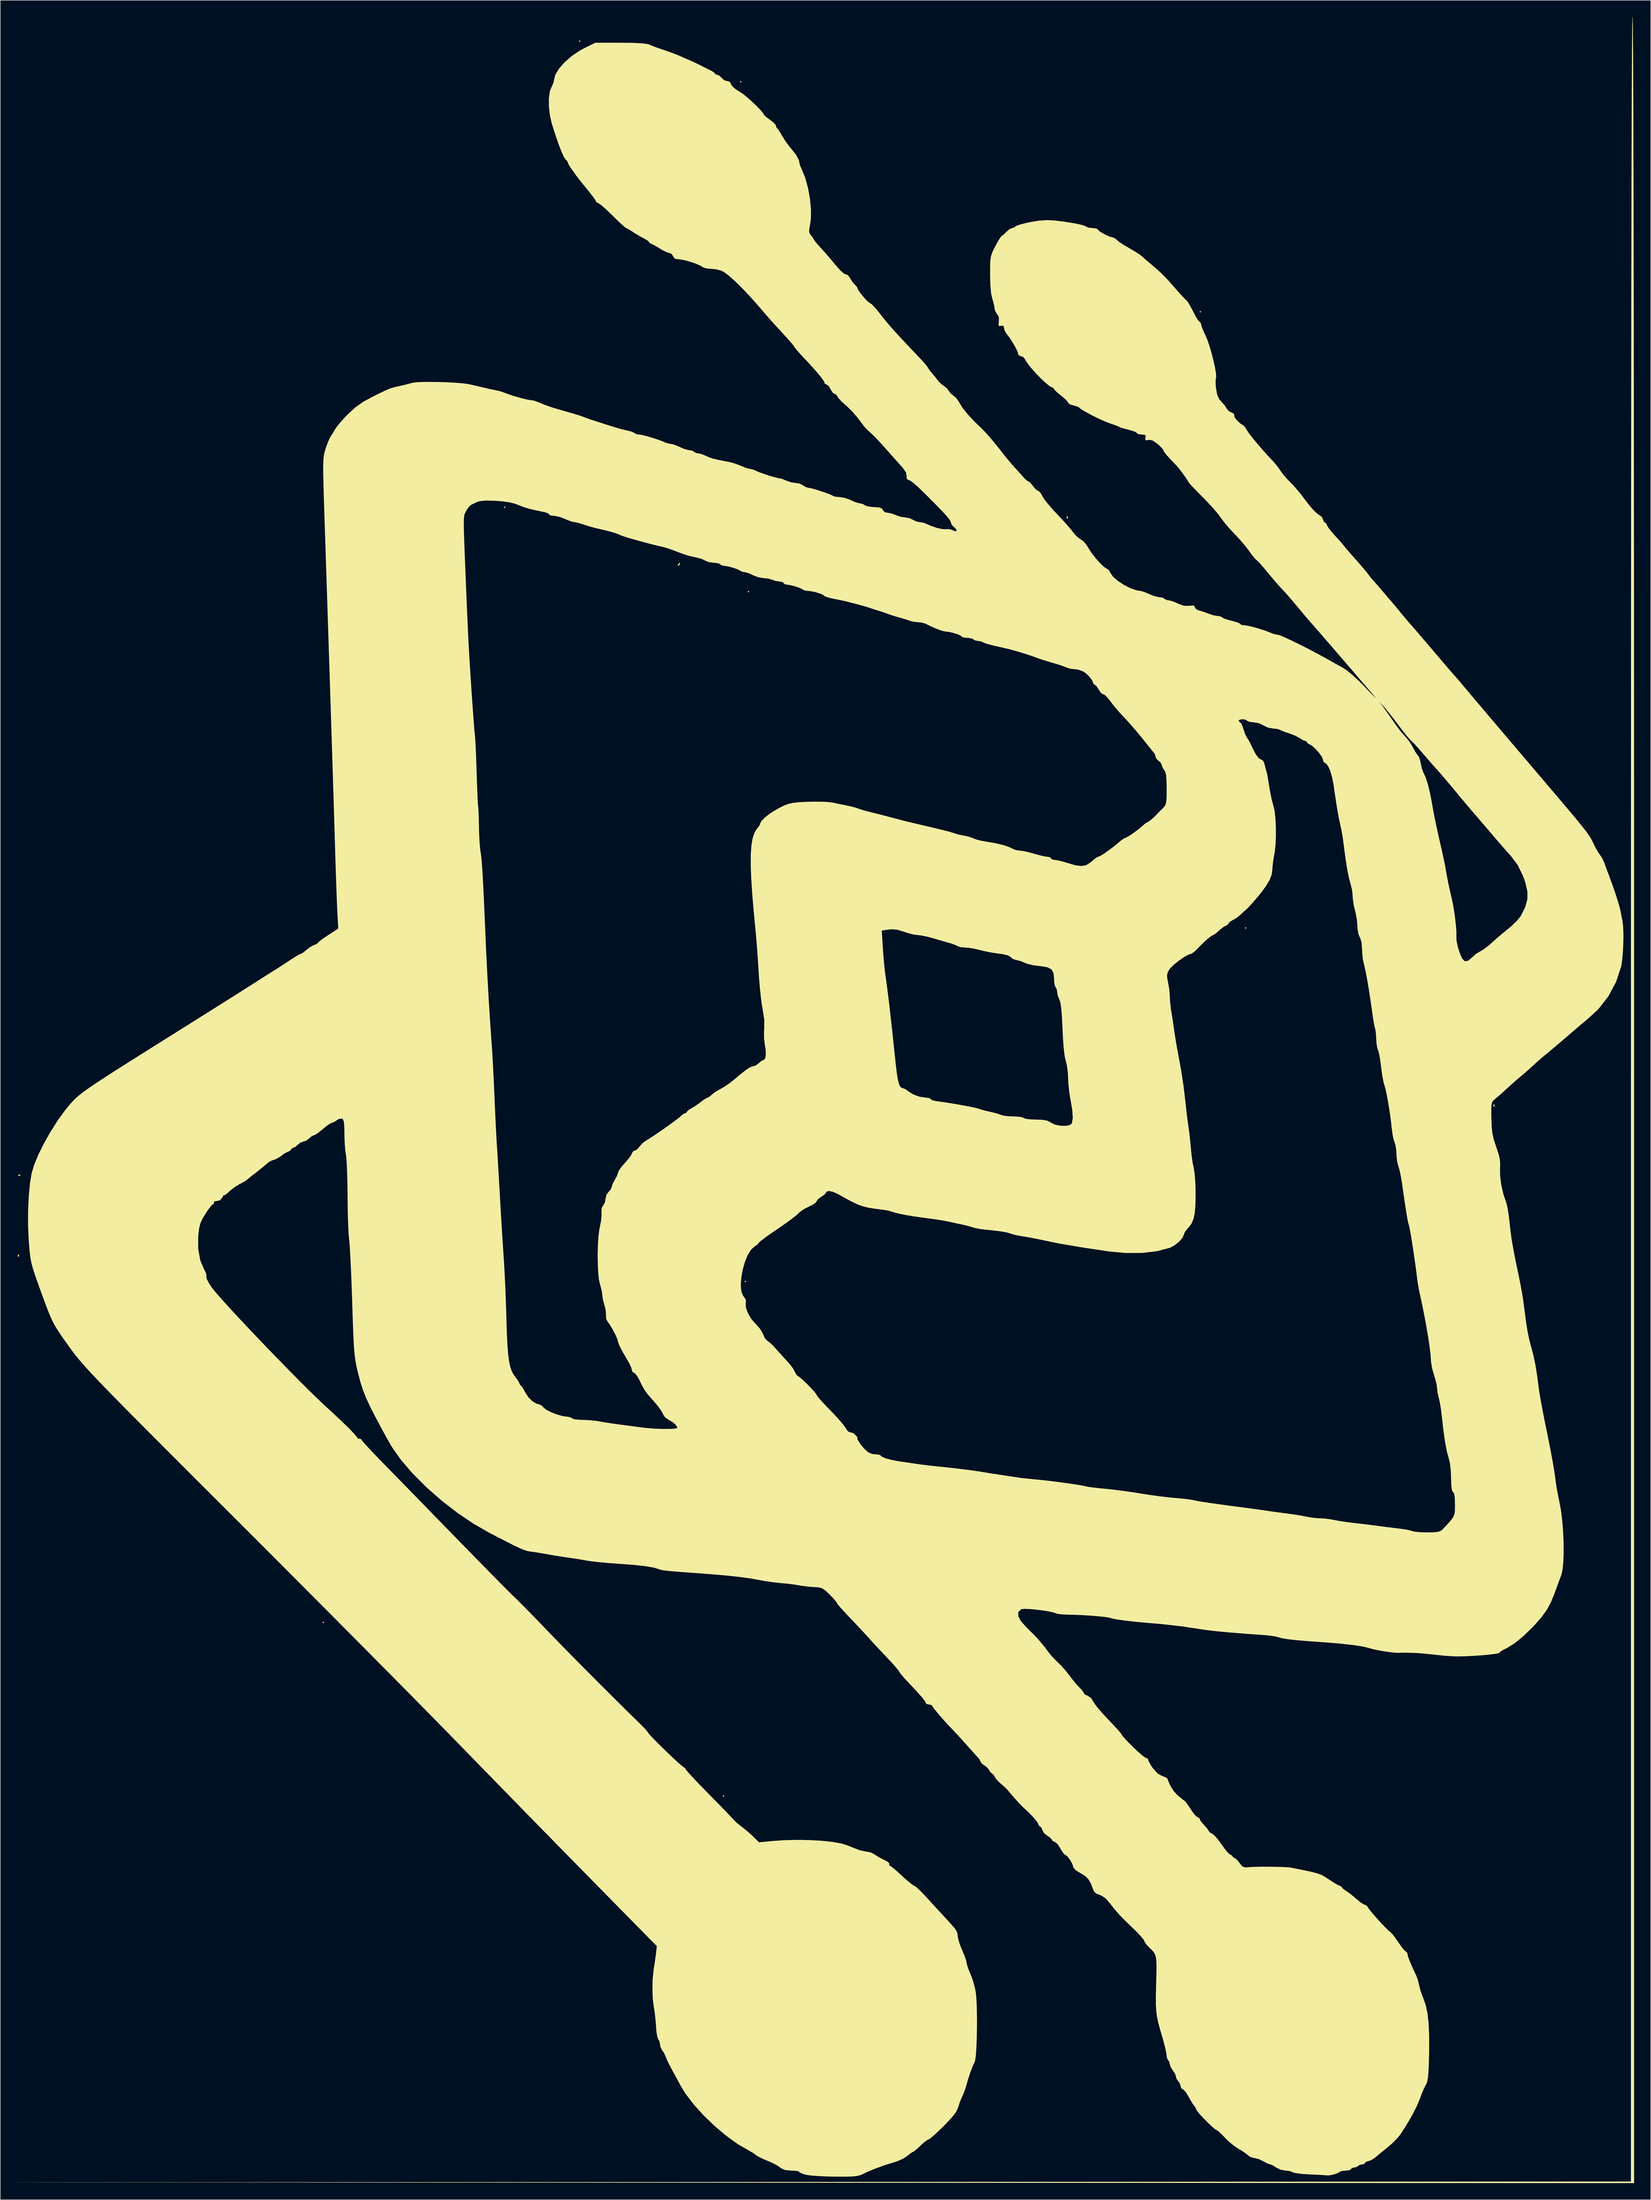
<source format=kicad_pcb>
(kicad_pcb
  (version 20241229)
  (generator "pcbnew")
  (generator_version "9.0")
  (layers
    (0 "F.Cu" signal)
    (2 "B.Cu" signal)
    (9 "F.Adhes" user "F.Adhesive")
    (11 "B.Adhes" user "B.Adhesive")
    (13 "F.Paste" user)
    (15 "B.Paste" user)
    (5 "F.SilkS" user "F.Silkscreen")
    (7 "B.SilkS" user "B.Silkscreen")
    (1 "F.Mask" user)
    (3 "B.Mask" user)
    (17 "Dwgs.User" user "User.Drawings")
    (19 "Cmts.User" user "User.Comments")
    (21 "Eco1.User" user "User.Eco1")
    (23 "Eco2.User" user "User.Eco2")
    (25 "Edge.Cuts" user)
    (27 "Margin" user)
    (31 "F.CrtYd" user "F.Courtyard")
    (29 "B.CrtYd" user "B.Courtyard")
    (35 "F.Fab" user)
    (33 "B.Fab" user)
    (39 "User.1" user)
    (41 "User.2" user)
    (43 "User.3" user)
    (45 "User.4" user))
  (footprint "LOGO"
    (layer "F.Cu")
    (at 146.055 195.303)
    (property "Reference" "LOGO" (at 0 0 0) (layer "F.SilkS") (effects (font (size 1.524 1.524) (thickness 0.3))))
    (attr through_hole)
    (fp_poly (pts (xy -90.593 94.403) (xy -90.734 94.544) (xy -90.876 94.403) (xy -90.734 94.262) (xy -90.593 94.403)) (stroke (width 0.01) (type solid)) (fill yes) (layer "F.SilkS"))
    (fp_poly (pts (xy -57.856 -106.821) (xy -57.997 -106.68) (xy -58.138 -106.821) (xy -57.997 -106.962) (xy -57.856 -106.821)) (stroke (width 0.01) (type solid)) (fill yes) (layer "F.SilkS"))
    (fp_poly (pts (xy -44.309 -190.923) (xy -44.45 -190.782) (xy -44.591 -190.923) (xy -44.45 -191.064) (xy -44.309 -190.923)) (stroke (width 0.01) (type solid)) (fill yes) (layer "F.SilkS"))
    (fp_poly (pts (xy -18.344 125.73) (xy -18.486 125.871) (xy -18.627 125.73) (xy -18.486 125.589) (xy -18.344 125.73)) (stroke (width 0.01) (type solid)) (fill yes) (layer "F.SilkS"))
    (fp_poly (pts (xy -15.24 -183.586) (xy -15.381 -183.444) (xy -15.522 -183.586) (xy -15.381 -183.727) (xy -15.24 -183.586)) (stroke (width 0.01) (type solid)) (fill yes) (layer "F.SilkS"))
    (fp_poly (pts (xy -14.393 32.879) (xy -14.534 33.02) (xy -14.676 32.879) (xy -14.534 32.738) (xy -14.393 32.879)) (stroke (width 0.01) (type solid)) (fill yes) (layer "F.SilkS"))
    (fp_poly (pts (xy -13.829 -91.581) (xy -13.97 -91.44) (xy -14.111 -91.581) (xy -13.97 -91.722) (xy -13.829 -91.581)) (stroke (width 0.01) (type solid)) (fill yes) (layer "F.SilkS"))
    (fp_poly (pts (xy 67.733 -142.099) (xy 67.592 -141.958) (xy 67.451 -142.099) (xy 67.592 -142.24) (xy 67.733 -142.099)) (stroke (width 0.01) (type solid)) (fill yes) (layer "F.SilkS"))
    (fp_poly (pts (xy 75.918 -30.903) (xy 75.777 -30.762) (xy 75.636 -30.903) (xy 75.777 -31.044) (xy 75.918 -30.903)) (stroke (width 0.01) (type solid)) (fill yes) (layer "F.SilkS"))
    (fp_poly (pts (xy -145.721 28.034) (xy -145.687 28.369) (xy -145.721 28.41) (xy -145.889 28.372) (xy -145.909 28.222) (xy -145.806 27.99) (xy -145.721 28.034)) (stroke (width 0.01) (type solid)) (fill yes) (layer "F.SilkS"))
    (fp_poly (pts (xy -145.439 13.641) (xy -145.477 13.809) (xy -145.627 13.829) (xy -145.859 13.726) (xy -145.815 13.641) (xy -145.48 13.607) (xy -145.439 13.641)) (stroke (width 0.01) (type solid)) (fill yes) (layer "F.SilkS"))
    (fp_poly (pts (xy 43.65 -105.175) (xy 43.684 -104.84) (xy 43.65 -104.799) (xy 43.483 -104.837) (xy 43.462 -104.987) (xy 43.565 -105.219) (xy 43.65 -105.175)) (stroke (width 0.01) (type solid)) (fill yes) (layer "F.SilkS"))
    (fp_poly (pts (xy 120.697 0.941) (xy 120.731 1.276) (xy 120.697 1.317) (xy 120.529 1.278) (xy 120.509 1.129) (xy 120.612 0.897) (xy 120.697 0.941)) (stroke (width 0.01) (type solid)) (fill yes) (layer "F.SilkS"))
    (fp_poly (pts (xy -26.335 -96.62) (xy -26.388 -96.52) (xy -26.654 -96.25) (xy -26.703 -96.238) (xy -26.723 -96.42) (xy -26.67 -96.52) (xy -26.404 -96.79) (xy -26.354 -96.802) (xy -26.335 -96.62)) (stroke (width 0.01) (type solid)) (fill yes) (layer "F.SilkS"))
    (fp_poly (pts (xy 145.648 -195.016) (xy 145.668 -194.169) (xy 145.687 -192.759) (xy 145.706 -190.784) (xy 145.723 -188.246) (xy 145.74 -185.144) (xy 145.757 -181.479) (xy 145.772 -177.251) (xy 145.786 -172.46) (xy 145.8 -167.106) (xy 145.813 -161.19) (xy 145.825 -154.711) (xy 145.836 -147.67) (xy 145.847 -140.067) (xy 145.856 -131.902) (xy 145.865 -123.175) (xy 145.873 -113.887) (xy 145.88 -104.038) (xy 145.887 -93.627) (xy 145.892 -82.656) (xy 145.897 -71.124) (xy 145.901 -59.031) (xy 145.904 -46.378) (xy 145.907 -33.164) (xy 145.908 -19.391) (xy 145.909 -5.058) (xy 145.909 0.141) (xy 145.909 195.58) (xy -0.071 195.51) (xy -146.05 195.439) (xy 145.344 195.297) (xy 145.344 -0.000271) (xy 145.345 -14.526) (xy 145.346 -28.492) (xy 145.348 -41.897) (xy 145.351 -54.743) (xy 145.355 -67.029) (xy 145.359 -78.754) (xy 145.364 -89.918) (xy 145.371 -100.521) (xy 145.377 -110.564) (xy 145.385 -120.045) (xy 145.394 -128.965) (xy 145.403 -137.323) (xy 145.413 -145.119) (xy 145.424 -152.353) (xy 145.436 -159.026) (xy 145.449 -165.135) (xy 145.462 -170.683) (xy 145.476 -175.667) (xy 145.491 -180.089) (xy 145.507 -183.948) (xy 145.524 -187.243) (xy 145.541 -189.975) (xy 145.56 -192.143) (xy 145.579 -193.748) (xy 145.599 -194.788) (xy 145.619 -195.264) (xy 145.627 -195.298) (xy 145.648 -195.016)) (stroke (width 0.01) (type solid)) (fill yes) (layer "F.SilkS"))
    (fp_poly (pts (xy -34.945 -190.616) (xy -33.343 -190.543) (xy -32.289 -190.421) (xy -31.863 -190.298) (xy -31.244 -190.034) (xy -30.301 -189.684) (xy -29.351 -189.363) (xy -28.164 -188.954) (xy -26.979 -188.505) (xy -26.247 -188.198) (xy -25.331 -187.791) (xy -24.514 -187.436) (xy -24.271 -187.333) (xy -23.568 -187.014) (xy -22.686 -186.581) (xy -22.437 -186.453) (xy -21.584 -186.018) (xy -20.838 -185.65) (xy -20.675 -185.573) (xy -20.191 -185.273) (xy -20.04 -185.067) (xy -19.808 -184.879) (xy -19.617 -184.856) (xy -19.149 -184.638) (xy -18.843 -184.291) (xy -18.31 -183.842) (xy -17.853 -183.727) (xy -17.357 -183.592) (xy -17.216 -183.366) (xy -16.972 -182.863) (xy -16.32 -182.264) (xy -15.417 -181.699) (xy -14.884 -181.336) (xy -14.147 -180.73) (xy -13.316 -179.987) (xy -12.505 -179.213) (xy -11.826 -178.514) (xy -11.39 -177.996) (xy -11.289 -177.797) (xy -11.073 -177.495) (xy -10.523 -177.034) (xy -10.16 -176.779) (xy -9.495 -176.269) (xy -9.09 -175.823) (xy -9.031 -175.669) (xy -8.893 -175.268) (xy -8.819 -175.213) (xy -8.573 -174.93) (xy -8.177 -174.309) (xy -7.915 -173.849) (xy -7.304 -172.864) (xy -6.598 -171.911) (xy -6.363 -171.637) (xy -5.394 -170.434) (xy -4.883 -169.46) (xy -4.806 -169.051) (xy -4.673 -168.51) (xy -4.376 -167.826) (xy -3.745 -166.298) (xy -3.236 -164.45) (xy -2.876 -162.464) (xy -2.694 -160.519) (xy -2.718 -158.796) (xy -2.834 -157.989) (xy -3.01 -157.046) (xy -3.027 -156.474) (xy -2.875 -156.104) (xy -2.716 -155.923) (xy -2.354 -155.48) (xy -2.258 -155.257) (xy -2.079 -154.96) (xy -1.61 -154.382) (xy -0.959 -153.654) (xy -0.102 -152.702) (xy 0.888 -151.557) (xy 1.779 -150.486) (xy 2.519 -149.643) (xy 3.136 -149.068) (xy 3.536 -148.848) (xy 3.582 -148.854) (xy 3.946 -148.722) (xy 4.357 -148.186) (xy 4.41 -148.086) (xy 4.826 -147.414) (xy 5.223 -146.977) (xy 5.259 -146.953) (xy 5.603 -146.591) (xy 5.644 -146.436) (xy 5.82 -146.038) (xy 6.261 -145.41) (xy 6.836 -144.707) (xy 7.416 -144.083) (xy 7.869 -143.693) (xy 8.007 -143.634) (xy 8.31 -143.416) (xy 8.853 -142.846) (xy 9.54 -142.028) (xy 9.878 -141.599) (xy 10.502 -140.803) (xy 11.154 -140.011) (xy 11.895 -139.154) (xy 12.79 -138.161) (xy 13.9 -136.962) (xy 15.289 -135.489) (xy 16.722 -133.981) (xy 17.466 -133.182) (xy 18.032 -132.539) (xy 18.327 -132.159) (xy 18.349 -132.109) (xy 18.52 -131.809) (xy 18.944 -131.263) (xy 19.125 -131.05) (xy 19.725 -130.332) (xy 20.224 -129.691) (xy 20.295 -129.592) (xy 20.868 -129.002) (xy 21.349 -128.672) (xy 21.906 -128.231) (xy 22.154 -127.847) (xy 22.506 -127.357) (xy 22.966 -127.019) (xy 23.529 -126.528) (xy 24.041 -125.791) (xy 24.097 -125.68) (xy 24.676 -124.75) (xy 25.607 -123.591) (xy 26.793 -122.315) (xy 27.909 -121.242) (xy 28.72 -120.422) (xy 29.754 -119.258) (xy 30.907 -117.871) (xy 32.079 -116.379) (xy 32.173 -116.255) (xy 32.751 -115.536) (xy 33.524 -114.629) (xy 34.149 -113.926) (xy 34.88 -113.119) (xy 35.515 -112.41) (xy 35.875 -112.003) (xy 36.318 -111.598) (xy 36.581 -111.477) (xy 36.888 -111.264) (xy 37.32 -110.74) (xy 37.394 -110.631) (xy 37.859 -110.069) (xy 38.262 -109.791) (xy 38.308 -109.785) (xy 38.642 -109.55) (xy 39.005 -108.975) (xy 39.054 -108.867) (xy 39.41 -108.294) (xy 40.067 -107.447) (xy 40.927 -106.449) (xy 41.721 -105.595) (xy 42.702 -104.553) (xy 43.599 -103.557) (xy 44.299 -102.734) (xy 44.643 -102.285) (xy 45.244 -101.589) (xy 45.891 -101.091) (xy 46.006 -101.035) (xy 46.55 -100.618) (xy 47.136 -99.888) (xy 47.405 -99.441) (xy 47.9 -98.659) (xy 48.574 -97.781) (xy 49.32 -96.927) (xy 50.029 -96.216) (xy 50.591 -95.767) (xy 50.829 -95.673) (xy 51.116 -95.44) (xy 51.365 -94.967) (xy 51.851 -94.272) (xy 52.725 -93.516) (xy 53.831 -92.792) (xy 55.014 -92.193) (xy 56.12 -91.812) (xy 56.744 -91.726) (xy 57.256 -91.606) (xy 58.024 -91.309) (xy 58.353 -91.158) (xy 59.23 -90.808) (xy 60.021 -90.61) (xy 60.224 -90.593) (xy 60.827 -90.491) (xy 61.101 -90.311) (xy 61.498 -90.076) (xy 61.835 -90.029) (xy 62.422 -89.904) (xy 63.234 -89.591) (xy 63.548 -89.44) (xy 64.651 -89.03) (xy 65.645 -89.028) (xy 65.653 -89.029) (xy 66.316 -89.097) (xy 66.581 -88.936) (xy 66.604 -88.777) (xy 66.851 -88.407) (xy 67.381 -88.183) (xy 68.199 -87.948) (xy 69.08 -87.614) (xy 69.083 -87.613) (xy 69.918 -87.331) (xy 70.663 -87.207) (xy 70.69 -87.207) (xy 71.278 -87.109) (xy 71.531 -86.944) (xy 71.878 -86.741) (xy 72.598 -86.498) (xy 73.241 -86.334) (xy 74.084 -86.107) (xy 74.646 -85.882) (xy 74.789 -85.751) (xy 75.033 -85.579) (xy 75.565 -85.516) (xy 76.222 -85.426) (xy 77.218 -85.188) (xy 78.361 -84.86) (xy 79.464 -84.495) (xy 80.336 -84.149) (xy 80.5 -84.07) (xy 81.208 -83.855) (xy 81.568 -83.82) (xy 82.001 -83.692) (xy 82.837 -83.34) (xy 83.984 -82.808) (xy 85.35 -82.143) (xy 86.842 -81.39) (xy 88.369 -80.594) (xy 89.839 -79.801) (xy 90.876 -79.219) (xy 91.945 -78.616) (xy 93.098 -77.976) (xy 93.451 -77.783) (xy 94.16 -77.296) (xy 95.117 -76.499) (xy 96.196 -75.504) (xy 97.244 -74.449) (xy 98.127 -73.525) (xy 98.807 -72.83) (xy 99.227 -72.418) (xy 99.331 -72.348) (xy 99.302 -72.39) (xy 99.037 -72.71) (xy 98.459 -73.391) (xy 97.621 -74.37) (xy 96.582 -75.582) (xy 95.395 -76.962) (xy 94.116 -78.447) (xy 92.802 -79.97) (xy 91.507 -81.469) (xy 90.288 -82.877) (xy 89.2 -84.132) (xy 88.299 -85.168) (xy 87.64 -85.92) (xy 87.392 -86.201) (xy 86.915 -86.75) (xy 86.26 -87.522) (xy 85.839 -88.025) (xy 84.733 -89.352) (xy 83.902 -90.336) (xy 83.266 -91.068) (xy 82.745 -91.644) (xy 82.268 -92.143) (xy 81.7 -92.762) (xy 80.919 -93.662) (xy 80.064 -94.684) (xy 79.76 -95.054) (xy 78.993 -95.974) (xy 78.328 -96.728) (xy 77.864 -97.204) (xy 77.741 -97.303) (xy 77.396 -97.635) (xy 76.873 -98.285) (xy 76.419 -98.919) (xy 75.733 -99.825) (xy 74.82 -100.9) (xy 73.867 -101.926) (xy 73.771 -102.023) (xy 72.852 -103.002) (xy 71.981 -104.024) (xy 71.328 -104.889) (xy 71.263 -104.987) (xy 70.729 -105.697) (xy 69.903 -106.662) (xy 68.903 -107.75) (xy 67.959 -108.715) (xy 67.01 -109.667) (xy 66.229 -110.476) (xy 65.692 -111.061) (xy 65.477 -111.339) (xy 65.476 -111.345) (xy 65.315 -111.655) (xy 64.896 -112.278) (xy 64.309 -113.083) (xy 63.645 -113.943) (xy 63.641 -113.948) (xy 63.3 -114.333) (xy 62.706 -114.966) (xy 62.159 -115.534) (xy 61.524 -116.23) (xy 61.089 -116.79) (xy 60.96 -117.049) (xy 60.762 -117.384) (xy 60.257 -117.917) (xy 59.909 -118.23) (xy 59.102 -118.814) (xy 58.469 -118.995) (xy 58.194 -118.96) (xy 57.721 -118.903) (xy 57.653 -119.158) (xy 57.711 -119.369) (xy 57.758 -119.772) (xy 57.456 -119.926) (xy 57.028 -119.944) (xy 56.425 -120.017) (xy 56.163 -120.191) (xy 56.162 -120.199) (xy 55.912 -120.398) (xy 55.268 -120.641) (xy 54.681 -120.8) (xy 53.796 -121.03) (xy 53.131 -121.243) (xy 52.917 -121.342) (xy 52.493 -121.538) (xy 51.748 -121.808) (xy 51.364 -121.932) (xy 50.583 -122.224) (xy 49.581 -122.666) (xy 48.488 -123.191) (xy 47.431 -123.734) (xy 46.541 -124.23) (xy 45.945 -124.613) (xy 45.77 -124.782) (xy 45.458 -124.98) (xy 44.814 -125.168) (xy 44.712 -125.188) (xy 44.065 -125.391) (xy 43.743 -125.652) (xy 43.736 -125.691) (xy 43.521 -126.026) (xy 42.978 -126.549) (xy 42.466 -126.962) (xy 41.774 -127.525) (xy 41.316 -127.976) (xy 41.204 -128.162) (xy 40.989 -128.405) (xy 40.927 -128.411) (xy 40.491 -128.614) (xy 39.802 -129.155) (xy 38.961 -129.93) (xy 38.067 -130.836) (xy 37.22 -131.769) (xy 36.52 -132.628) (xy 36.068 -133.308) (xy 35.973 -133.523) (xy 35.592 -133.964) (xy 35.259 -134.056) (xy 34.801 -134.256) (xy 34.713 -134.525) (xy 34.565 -134.993) (xy 34.184 -135.755) (xy 33.667 -136.645) (xy 33.112 -137.498) (xy 32.615 -138.148) (xy 32.532 -138.238) (xy 32.226 -138.828) (xy 32.173 -139.175) (xy 32.052 -139.583) (xy 31.624 -139.564) (xy 31.265 -139.512) (xy 31.162 -139.766) (xy 31.229 -140.334) (xy 31.231 -141.179) (xy 30.931 -141.653) (xy 30.553 -142.234) (xy 30.476 -142.627) (xy 30.378 -143.274) (xy 30.142 -144.131) (xy 30.065 -144.357) (xy 29.841 -145.357) (xy 29.699 -146.857) (xy 29.646 -148.782) (xy 29.648 -150.215) (xy 29.686 -151.235) (xy 29.786 -151.993) (xy 29.975 -152.641) (xy 30.281 -153.33) (xy 30.551 -153.862) (xy 31.039 -154.76) (xy 31.458 -155.436) (xy 31.722 -155.752) (xy 31.73 -155.757) (xy 32.093 -156.027) (xy 32.602 -156.524) (xy 32.61 -156.533) (xy 33.171 -157.001) (xy 33.661 -157.198) (xy 33.664 -157.198) (xy 34.106 -157.348) (xy 34.196 -157.473) (xy 34.497 -157.646) (xy 35.224 -157.88) (xy 36.248 -158.135) (xy 36.83 -158.258) (xy 38.527 -158.542) (xy 39.955 -158.633) (xy 41.346 -158.553) (xy 43.006 -158.348) (xy 44.499 -158.117) (xy 45.727 -157.88) (xy 46.593 -157.655) (xy 47.001 -157.46) (xy 47.01 -157.447) (xy 47.371 -157.279) (xy 48.046 -157.199) (xy 48.136 -157.198) (xy 48.782 -157.127) (xy 49.1 -156.955) (xy 49.107 -156.922) (xy 49.339 -156.657) (xy 49.912 -156.286) (xy 50.642 -155.905) (xy 51.341 -155.613) (xy 51.806 -155.504) (xy 52.251 -155.307) (xy 52.502 -155.071) (xy 52.917 -154.725) (xy 53.674 -154.218) (xy 54.617 -153.656) (xy 54.708 -153.605) (xy 55.678 -153.039) (xy 56.496 -152.519) (xy 56.995 -152.152) (xy 57.016 -152.133) (xy 57.548 -151.654) (xy 58.231 -151.072) (xy 58.301 -151.013) (xy 59.591 -149.924) (xy 60.617 -148.987) (xy 61.565 -148.019) (xy 62.624 -146.837) (xy 62.89 -146.531) (xy 63.714 -145.593) (xy 64.426 -144.813) (xy 64.929 -144.294) (xy 65.1 -144.144) (xy 65.38 -143.798) (xy 65.807 -143.088) (xy 66.291 -142.163) (xy 66.323 -142.098) (xy 66.792 -141.202) (xy 67.198 -140.549) (xy 67.459 -140.267) (xy 67.475 -140.264) (xy 67.703 -140.035) (xy 67.733 -139.833) (xy 67.854 -139.366) (xy 68.169 -138.583) (xy 68.544 -137.787) (xy 68.908 -136.921) (xy 69.293 -135.775) (xy 69.668 -134.474) (xy 70.003 -133.145) (xy 70.267 -131.915) (xy 70.428 -130.91) (xy 70.457 -130.256) (xy 70.417 -130.109) (xy 70.35 -129.684) (xy 70.368 -128.897) (xy 70.436 -128.199) (xy 70.655 -127.065) (xy 71.025 -126.289) (xy 71.39 -125.876) (xy 71.953 -125.254) (xy 72.32 -124.689) (xy 72.338 -124.645) (xy 72.757 -124.143) (xy 73.097 -123.977) (xy 73.571 -123.752) (xy 73.695 -123.58) (xy 73.766 -123.119) (xy 73.99 -122.757) (xy 74.452 -122.262) (xy 74.956 -121.826) (xy 75.302 -121.638) (xy 75.574 -121.411) (xy 75.918 -120.863) (xy 75.937 -120.825) (xy 76.309 -120.253) (xy 76.987 -119.372) (xy 77.888 -118.282) (xy 78.927 -117.082) (xy 80.021 -115.873) (xy 80.761 -115.088) (xy 81.447 -114.279) (xy 82.073 -113.399) (xy 82.093 -113.367) (xy 82.638 -112.63) (xy 83.4 -111.768) (xy 83.882 -111.286) (xy 84.615 -110.515) (xy 85.505 -109.467) (xy 86.392 -108.332) (xy 86.642 -107.991) (xy 87.413 -106.997) (xy 88.163 -106.16) (xy 88.773 -105.607) (xy 88.971 -105.485) (xy 89.525 -105.083) (xy 89.747 -104.636) (xy 89.871 -104.216) (xy 90.01 -104.14) (xy 90.3 -103.908) (xy 90.443 -103.604) (xy 90.718 -103.127) (xy 91.268 -102.414) (xy 91.899 -101.699) (xy 92.614 -100.921) (xy 93.204 -100.253) (xy 93.511 -99.876) (xy 93.836 -99.475) (xy 94.436 -98.773) (xy 95.211 -97.887) (xy 95.673 -97.367) (xy 96.515 -96.41) (xy 97.249 -95.551) (xy 97.769 -94.916) (xy 97.92 -94.716) (xy 98.362 -94.127) (xy 98.641 -93.803) (xy 98.975 -93.434) (xy 99.546 -92.779) (xy 100.205 -92.011) (xy 100.941 -91.148) (xy 101.611 -90.366) (xy 102.023 -89.89) (xy 102.531 -89.292) (xy 103.2 -88.486) (xy 103.576 -88.027) (xy 104.32 -87.131) (xy 105.211 -86.085) (xy 105.833 -85.37) (xy 106.458 -84.652) (xy 107.351 -83.615) (xy 108.415 -82.371) (xy 109.555 -81.033) (xy 110.197 -80.276) (xy 111.228 -79.062) (xy 112.134 -78.002) (xy 112.851 -77.17) (xy 113.315 -76.639) (xy 113.461 -76.482) (xy 113.697 -76.223) (xy 114.219 -75.617) (xy 114.95 -74.755) (xy 115.816 -73.725) (xy 115.87 -73.66) (xy 116.515 -72.892) (xy 117.478 -71.752) (xy 118.711 -70.295) (xy 120.166 -68.578) (xy 121.796 -66.658) (xy 123.552 -64.592) (xy 125.385 -62.436) (xy 127.002 -60.537) (xy 129.253 -57.892) (xy 131.168 -55.641) (xy 132.777 -53.745) (xy 134.109 -52.168) (xy 135.193 -50.874) (xy 136.059 -49.825) (xy 136.738 -48.984) (xy 137.258 -48.315) (xy 137.649 -47.78) (xy 137.942 -47.343) (xy 138.165 -46.967) (xy 138.348 -46.614) (xy 138.521 -46.249) (xy 138.569 -46.143) (xy 139.031 -45.232) (xy 139.491 -44.459) (xy 139.704 -44.168) (xy 140.157 -43.476) (xy 140.487 -42.757) (xy 140.76 -42.011) (xy 141.134 -41.01) (xy 141.382 -40.358) (xy 141.997 -38.689) (xy 142.562 -37.044) (xy 143.032 -35.563) (xy 143.362 -34.382) (xy 143.476 -33.867) (xy 143.646 -32.966) (xy 143.809 -32.178) (xy 143.81 -32.173) (xy 143.927 -31.237) (xy 143.978 -29.913) (xy 143.967 -28.371) (xy 143.9 -26.782) (xy 143.78 -25.319) (xy 143.614 -24.153) (xy 143.578 -23.982) (xy 142.667 -21.188) (xy 141.257 -18.563) (xy 139.411 -16.198) (xy 137.189 -14.187) (xy 137.019 -14.06) (xy 136.707 -13.805) (xy 136.06 -13.258) (xy 135.17 -12.497) (xy 134.128 -11.601) (xy 134.025 -11.513) (xy 132.855 -10.509) (xy 131.71 -9.538) (xy 130.728 -8.716) (xy 130.08 -8.184) (xy 129.103 -7.368) (xy 128.08 -6.463) (xy 127.711 -6.121) (xy 126.804 -5.292) (xy 125.832 -4.449) (xy 125.466 -4.145) (xy 124.647 -3.455) (xy 123.665 -2.588) (xy 122.926 -1.912) (xy 122.081 -1.14) (xy 121.295 -0.45) (xy 120.791 -0.032) (xy 120.475 0.243) (xy 120.273 0.555) (xy 120.164 1.027) (xy 120.124 1.779) (xy 120.132 2.933) (xy 120.141 3.433) (xy 120.199 4.977) (xy 120.333 6.185) (xy 120.58 7.286) (xy 120.98 8.507) (xy 121.016 8.608) (xy 121.453 9.914) (xy 121.68 10.93) (xy 121.735 11.873) (xy 121.701 12.508) (xy 121.72 13.878) (xy 121.94 15.51) (xy 122.316 17.157) (xy 122.768 18.486) (xy 122.939 19.027) (xy 123.107 19.867) (xy 123.285 21.079) (xy 123.484 22.74) (xy 123.604 23.848) (xy 123.757 24.98) (xy 124.005 26.481) (xy 124.318 28.173) (xy 124.662 29.874) (xy 124.732 30.198) (xy 125.075 31.828) (xy 125.395 33.435) (xy 125.659 34.856) (xy 125.838 35.929) (xy 125.866 36.124) (xy 126.027 37.331) (xy 126.22 38.799) (xy 126.407 40.23) (xy 126.423 40.358) (xy 126.651 41.784) (xy 126.96 43.288) (xy 127.285 44.564) (xy 127.31 44.649) (xy 127.734 46.215) (xy 128.096 47.955) (xy 128.421 50.005) (xy 128.683 52.07) (xy 128.812 52.947) (xy 129.038 54.26) (xy 129.34 55.89) (xy 129.695 57.722) (xy 130.082 59.638) (xy 130.181 60.113) (xy 130.571 62.032) (xy 130.932 63.895) (xy 131.242 65.586) (xy 131.48 66.989) (xy 131.626 67.985) (xy 131.645 68.157) (xy 131.808 69.395) (xy 132.063 70.896) (xy 132.36 72.376) (xy 132.426 72.672) (xy 132.71 74.21) (xy 132.931 76.015) (xy 133.086 77.97) (xy 133.174 79.955) (xy 133.189 81.851) (xy 133.129 83.54) (xy 132.991 84.904) (xy 132.783 85.796) (xy 132.442 86.705) (xy 132.003 87.897) (xy 131.555 89.119) (xy 131.532 89.182) (xy 130.898 90.744) (xy 130.183 92.079) (xy 129.273 93.359) (xy 128.059 94.758) (xy 127.622 95.222) (xy 125.92 96.88) (xy 124.334 98.171) (xy 122.934 99.04) (xy 122.589 99.198) (xy 121.965 99.523) (xy 121.648 99.813) (xy 121.638 99.855) (xy 121.374 99.973) (xy 120.654 100.1) (xy 119.587 100.228) (xy 118.28 100.345) (xy 116.842 100.442) (xy 115.382 100.511) (xy 114.018 100.54) (xy 113.035 100.506) (xy 111.715 100.411) (xy 110.28 100.272) (xy 109.643 100.197) (xy 106.972 99.935) (xy 104.585 99.858) (xy 103.364 99.888) (xy 102.573 99.852) (xy 101.449 99.719) (xy 100.207 99.523) (xy 99.061 99.298) (xy 98.228 99.078) (xy 98.213 99.073) (xy 97.05 98.777) (xy 95.327 98.501) (xy 93.05 98.245) (xy 90.224 98.01) (xy 89.323 97.947) (xy 86.892 97.772) (xy 84.977 97.609) (xy 83.529 97.45) (xy 82.499 97.291) (xy 81.841 97.126) (xy 81.703 97.073) (xy 81.142 96.927) (xy 80.219 96.788) (xy 79.163 96.688) (xy 75.792 96.447) (xy 72.96 96.22) (xy 70.673 96.009) (xy 68.94 95.814) (xy 68.016 95.68) (xy 64.186 95.104) (xy 60.484 94.69) (xy 58.843 94.552) (xy 57.012 94.395) (xy 55.294 94.222) (xy 53.782 94.043) (xy 52.572 93.871) (xy 51.759 93.717) (xy 51.467 93.62) (xy 51.041 93.511) (xy 50.176 93.392) (xy 48.995 93.274) (xy 47.623 93.167) (xy 46.184 93.081) (xy 44.803 93.027) (xy 44.168 93.015) (xy 43.067 92.98) (xy 42.173 92.907) (xy 41.647 92.811) (xy 41.593 92.786) (xy 41.073 92.598) (xy 40.166 92.405) (xy 39.029 92.226) (xy 37.815 92.08) (xy 36.679 91.984) (xy 35.774 91.957) (xy 35.255 92.018) (xy 35.233 92.028) (xy 34.733 92.549) (xy 34.73 93.285) (xy 35.214 94.201) (xy 36.175 95.265) (xy 36.195 95.284) (xy 38.036 97.121) (xy 39.494 98.837) (xy 40.071 99.624) (xy 40.724 100.437) (xy 41.541 101.296) (xy 41.831 101.566) (xy 42.612 102.349) (xy 43.466 103.335) (xy 43.951 103.965) (xy 44.655 104.88) (xy 45.369 105.723) (xy 45.783 106.158) (xy 46.291 106.71) (xy 46.556 107.128) (xy 46.567 107.186) (xy 46.805 107.459) (xy 47.244 107.635) (xy 47.874 108.043) (xy 48.205 108.583) (xy 48.508 109.085) (xy 49.123 109.876) (xy 49.959 110.845) (xy 50.914 111.871) (xy 51.841 112.843) (xy 52.605 113.668) (xy 53.131 114.264) (xy 53.341 114.546) (xy 53.342 114.552) (xy 53.538 114.875) (xy 54.051 115.466) (xy 54.772 116.219) (xy 55.594 117.031) (xy 56.41 117.796) (xy 57.112 118.409) (xy 57.593 118.766) (xy 57.716 118.816) (xy 58.09 118.979) (xy 58.138 119.117) (xy 58.287 119.505) (xy 58.671 120.172) (xy 58.994 120.664) (xy 59.881 121.675) (xy 60.758 122.144) (xy 61.379 122.375) (xy 61.675 122.622) (xy 61.678 122.643) (xy 61.808 123.036) (xy 62.121 123.717) (xy 62.287 124.045) (xy 62.778 124.825) (xy 63.446 125.555) (xy 64.425 126.371) (xy 64.885 126.718) (xy 65.13 127.019) (xy 65.558 127.646) (xy 65.911 128.199) (xy 66.428 128.936) (xy 66.882 129.423) (xy 67.098 129.539) (xy 67.426 129.72) (xy 67.451 129.825) (xy 67.631 130.189) (xy 68.084 130.763) (xy 68.298 130.996) (xy 68.817 131.585) (xy 69.116 132.016) (xy 69.144 132.103) (xy 69.376 132.358) (xy 69.685 132.496) (xy 70.096 132.803) (xy 70.687 133.459) (xy 71.341 134.331) (xy 71.449 134.489) (xy 72.072 135.354) (xy 72.616 135.997) (xy 72.981 136.302) (xy 73.025 136.312) (xy 73.353 136.492) (xy 73.378 136.596) (xy 73.602 136.865) (xy 73.731 136.889) (xy 74.099 137.115) (xy 74.562 137.659) (xy 74.66 137.806) (xy 75.17 138.432) (xy 75.695 138.624) (xy 75.93 138.607) (xy 76.637 138.548) (xy 77.734 138.512) (xy 79.07 138.496) (xy 80.496 138.501) (xy 81.86 138.526) (xy 83.012 138.569) (xy 83.802 138.63) (xy 83.961 138.654) (xy 85.779 139.019) (xy 87.14 139.302) (xy 88.142 139.534) (xy 88.88 139.746) (xy 89.451 139.968) (xy 89.953 140.232) (xy 90.48 140.568) (xy 90.931 140.872) (xy 91.78 141.418) (xy 92.464 141.808) (xy 92.835 141.958) (xy 92.836 141.958) (xy 93.123 142.12) (xy 93.133 142.179) (xy 93.352 142.46) (xy 93.882 142.842) (xy 93.929 142.871) (xy 94.617 143.347) (xy 95.448 144.015) (xy 95.819 144.343) (xy 96.501 144.911) (xy 97.055 145.274) (xy 97.257 145.344) (xy 97.648 145.519) (xy 97.696 145.601) (xy 97.961 146.012) (xy 98.517 146.707) (xy 99.259 147.57) (xy 100.08 148.482) (xy 100.875 149.326) (xy 101.538 149.985) (xy 101.96 150.338) (xy 102.293 150.679) (xy 102.812 151.351) (xy 103.389 152.188) (xy 103.957 153.001) (xy 104.434 153.583) (xy 104.716 153.811) (xy 104.72 153.811) (xy 104.958 154.039) (xy 104.987 154.227) (xy 105.11 154.747) (xy 105.45 155.65) (xy 105.958 156.819) (xy 106.541 158.044) (xy 106.828 158.808) (xy 107.066 159.735) (xy 107.085 159.839) (xy 107.337 160.823) (xy 107.714 161.883) (xy 107.806 162.097) (xy 108.264 163.366) (xy 108.595 164.884) (xy 108.807 166.724) (xy 108.908 168.96) (xy 108.907 171.667) (xy 108.897 172.182) (xy 108.847 174.06) (xy 108.784 175.46) (xy 108.701 176.464) (xy 108.588 177.16) (xy 108.436 177.632) (xy 108.312 177.859) (xy 107.961 178.526) (xy 107.552 179.49) (xy 107.273 180.256) (xy 106.707 181.632) (xy 105.856 183.3) (xy 104.797 185.122) (xy 103.692 186.831) (xy 103.115 187.527) (xy 102.276 188.365) (xy 101.447 189.089) (xy 100.531 189.832) (xy 99.68 190.527) (xy 99.114 190.994) (xy 98.46 191.428) (xy 97.895 191.627) (xy 97.861 191.629) (xy 97.442 191.762) (xy 97.367 191.911) (xy 97.131 192.143) (xy 96.819 192.193) (xy 96.279 192.323) (xy 96.097 192.476) (xy 95.699 192.713) (xy 95.374 192.758) (xy 94.925 192.879) (xy 94.827 193.04) (xy 94.579 193.228) (xy 93.971 193.32) (xy 93.856 193.322) (xy 93.16 193.387) (xy 92.751 193.545) (xy 92.733 193.568) (xy 92.37 193.791) (xy 91.701 194.013) (xy 90.977 194.166) (xy 90.452 194.182) (xy 90.064 194.145) (xy 89.249 194.095) (xy 88.142 194.04) (xy 87.366 194.007) (xy 86.145 193.932) (xy 85.131 193.82) (xy 84.46 193.691) (xy 84.275 193.608) (xy 83.818 193.414) (xy 83.082 193.318) (xy 82.987 193.316) (xy 82.064 193.148) (xy 81.28 192.758) (xy 80.68 192.366) (xy 80.228 192.2) (xy 79.776 192.057) (xy 79.102 191.715) (xy 78.958 191.63) (xy 78.165 191.252) (xy 77.439 191.069) (xy 77.362 191.065) (xy 76.632 190.863) (xy 76.228 190.571) (xy 75.707 190.144) (xy 74.916 189.629) (xy 74.514 189.4) (xy 73.625 188.805) (xy 72.642 187.98) (xy 72.016 187.354) (xy 71.34 186.653) (xy 70.793 186.159) (xy 70.506 185.984) (xy 70.193 185.793) (xy 69.621 185.296) (xy 68.904 184.61) (xy 68.158 183.851) (xy 67.496 183.136) (xy 67.035 182.582) (xy 66.887 182.32) (xy 66.714 181.924) (xy 66.534 181.696) (xy 66.205 181.236) (xy 65.752 180.48) (xy 65.481 179.982) (xy 65.027 179.234) (xy 64.614 178.749) (xy 64.423 178.647) (xy 64.126 178.413) (xy 64.064 178.117) (xy 63.859 177.493) (xy 63.641 177.236) (xy 63.28 176.702) (xy 63.218 176.398) (xy 63.042 175.842) (xy 62.653 175.26) (xy 62.244 174.63) (xy 62.089 174.105) (xy 61.949 173.582) (xy 61.807 173.426) (xy 61.588 173.036) (xy 61.524 172.566) (xy 61.446 171.994) (xy 61.236 171.051) (xy 60.933 169.903) (xy 60.79 169.408) (xy 60.333 167.845) (xy 60 166.596) (xy 59.775 165.52) (xy 59.64 164.476) (xy 59.58 163.326) (xy 59.576 161.927) (xy 59.614 160.139) (xy 59.627 159.618) (xy 59.674 157.785) (xy 59.691 156.421) (xy 59.66 155.434) (xy 59.561 154.728) (xy 59.378 154.209) (xy 59.092 153.784) (xy 58.684 153.358) (xy 58.349 153.041) (xy 57.845 152.504) (xy 57.583 152.11) (xy 57.573 152.061) (xy 57.369 151.654) (xy 56.801 150.961) (xy 55.936 150.063) (xy 55.495 149.637) (xy 54.04 148.232) (xy 52.924 147.084) (xy 52.051 146.087) (xy 51.364 145.194) (xy 50.495 144.184) (xy 49.66 143.651) (xy 49.446 143.584) (xy 48.764 143.289) (xy 48.365 142.894) (xy 48.353 142.863) (xy 47.879 141.603) (xy 47.404 140.751) (xy 46.818 140.158) (xy 46.02 139.681) (xy 45.181 139.167) (xy 44.718 138.679) (xy 44.664 138.513) (xy 44.487 137.963) (xy 44.105 137.288) (xy 43.651 136.682) (xy 43.256 136.337) (xy 43.167 136.313) (xy 42.895 136.084) (xy 42.508 135.506) (xy 42.333 135.184) (xy 41.906 134.502) (xy 41.501 134.1) (xy 41.37 134.056) (xy 40.94 133.828) (xy 40.819 133.63) (xy 40.453 133.197) (xy 39.964 132.889) (xy 39.375 132.408) (xy 39.104 131.903) (xy 38.877 131.392) (xy 38.659 131.233) (xy 38.406 131.008) (xy 38.382 130.855) (xy 38.185 130.454) (xy 37.659 129.793) (xy 36.902 128.982) (xy 36.012 128.128) (xy 35.661 127.817) (xy 35.211 127.372) (xy 34.539 126.649) (xy 33.785 125.8) (xy 33.087 124.983) (xy 32.776 124.601) (xy 32.439 124.26) (xy 31.841 123.72) (xy 31.516 123.441) (xy 30.906 122.86) (xy 30.534 122.383) (xy 30.48 122.232) (xy 30.254 121.852) (xy 30.067 121.744) (xy 29.631 121.358) (xy 29.498 121.092) (xy 29.144 120.596) (xy 28.641 120.224) (xy 28.129 119.861) (xy 27.94 119.568) (xy 27.763 119.155) (xy 27.511 118.839) (xy 27.131 118.427) (xy 26.495 117.722) (xy 25.721 116.856) (xy 25.465 116.567) (xy 24.573 115.573) (xy 23.682 114.601) (xy 22.962 113.835) (xy 22.86 113.729) (xy 21.969 112.789) (xy 21.08 111.807) (xy 20.278 110.882) (xy 19.644 110.111) (xy 19.264 109.591) (xy 19.191 109.437) (xy 18.954 109.261) (xy 18.627 109.22) (xy 18.168 109.117) (xy 18.062 108.973) (xy 17.911 108.641) (xy 17.439 108.024) (xy 16.62 107.09) (xy 15.428 105.809) (xy 14.887 105.241) (xy 14.141 104.435) (xy 13.576 103.775) (xy 13.285 103.371) (xy 13.264 103.313) (xy 13.08 103.029) (xy 12.58 102.431) (xy 11.842 101.607) (xy 11.011 100.718) (xy 9.972 99.621) (xy 8.949 98.527) (xy 8.081 97.584) (xy 7.63 97.084) (xy 6.956 96.343) (xy 6.028 95.345) (xy 4.984 94.238) (xy 4.239 93.458) (xy 3.346 92.51) (xy 2.62 91.706) (xy 2.137 91.132) (xy 1.976 90.884) (xy 1.79 90.588) (xy 1.306 90.025) (xy 0.668 89.36) (xy -0.101 88.635) (xy -0.696 88.238) (xy -1.309 88.071) (xy -1.942 88.037) (xy -3.058 87.965) (xy -4.282 87.805) (xy -4.657 87.738) (xy -5.711 87.566) (xy -7.013 87.407) (xy -8.043 87.313) (xy -9.392 87.174) (xy -10.927 86.954) (xy -12.136 86.736) (xy -13.572 86.475) (xy -15.263 86.235) (xy -17.284 86.009) (xy -19.705 85.787) (xy -22.599 85.562) (xy -23.424 85.503) (xy -25.471 85.356) (xy -27.031 85.237) (xy -28.18 85.137) (xy -28.994 85.048) (xy -29.551 84.962) (xy -29.925 84.872) (xy -30.133 84.796) (xy -31.142 84.499) (xy -32.708 84.237) (xy -34.834 84.008) (xy -37.394 83.821) (xy -39.006 83.707) (xy -40.58 83.568) (xy -41.947 83.422) (xy -42.941 83.284) (xy -43.039 83.267) (xy -44.265 83.055) (xy -45.691 82.829) (xy -46.708 82.681) (xy -48.005 82.488) (xy -49.349 82.269) (xy -50.236 82.111) (xy -51.36 81.911) (xy -52.466 81.735) (xy -52.917 81.673) (xy -53.406 81.607) (xy -53.843 81.526) (xy -54.299 81.397) (xy -54.847 81.189) (xy -55.561 80.869) (xy -56.512 80.406) (xy -57.775 79.768) (xy -59.42 78.923) (xy -60.678 78.275) (xy -63.588 76.61) (xy -66.528 74.623) (xy -69.402 72.397) (xy -72.114 70.016) (xy -74.569 67.564) (xy -76.672 65.124) (xy -78.229 62.936) (xy -78.703 62.139) (xy -79.362 60.971) (xy -80.136 59.559) (xy -80.954 58.033) (xy -81.373 57.237) (xy -82.308 55.4) (xy -83.014 53.882) (xy -83.555 52.52) (xy -83.998 51.152) (xy -84.372 49.758) (xy -84.597 48.838) (xy -84.78 48.01) (xy -84.929 47.199) (xy -85.049 46.329) (xy -85.147 45.322) (xy -85.23 44.105) (xy -85.305 42.599) (xy -85.379 40.73) (xy -85.457 38.421) (xy -85.512 36.689) (xy -85.593 34.318) (xy -85.68 32.057) (xy -85.771 29.986) (xy -85.861 28.185) (xy -85.947 26.733) (xy -86.024 25.71) (xy -86.07 25.293) (xy -86.146 24.513) (xy -86.216 23.28) (xy -86.276 21.706) (xy -86.321 19.901) (xy -86.348 17.977) (xy -86.352 17.391) (xy -86.373 15.496) (xy -86.414 13.726) (xy -86.471 12.182) (xy -86.54 10.966) (xy -86.618 10.177) (xy -86.647 10.019) (xy -86.768 9.218) (xy -86.861 8.059) (xy -86.912 6.748) (xy -86.918 6.271) (xy -86.94 4.981) (xy -87.008 4.155) (xy -87.139 3.691) (xy -87.349 3.488) (xy -87.358 3.485) (xy -87.886 3.526) (xy -88.298 3.776) (xy -88.832 4.135) (xy -89.161 4.233) (xy -89.551 4.409) (xy -90.197 4.863) (xy -90.801 5.362) (xy -91.538 5.964) (xy -92.14 6.374) (xy -92.424 6.491) (xy -92.853 6.683) (xy -93.274 7.056) (xy -93.846 7.484) (xy -94.309 7.62) (xy -94.883 7.822) (xy -95.315 8.184) (xy -95.807 8.612) (xy -96.159 8.749) (xy -96.493 8.912) (xy -96.52 9.012) (xy -96.753 9.299) (xy -97.083 9.454) (xy -97.735 9.765) (xy -98.011 9.967) (xy -98.628 10.428) (xy -99.328 10.82) (xy -99.863 11.005) (xy -99.9 11.007) (xy -100.309 11.172) (xy -100.774 11.501) (xy -101.432 12.052) (xy -101.868 12.418) (xy -102.424 12.866) (xy -103.152 13.433) (xy -103.3 13.547) (xy -103.967 14.066) (xy -104.463 14.477) (xy -104.537 14.545) (xy -104.985 14.853) (xy -105.692 15.234) (xy -105.833 15.302) (xy -106.685 15.813) (xy -107.558 16.497) (xy -107.738 16.666) (xy -108.28 17.146) (xy -108.619 17.35) (xy -108.673 17.32) (xy -108.771 17.348) (xy -108.947 17.709) (xy -109.411 18.24) (xy -109.933 18.344) (xy -110.419 18.433) (xy -110.49 18.627) (xy -110.508 18.887) (xy -110.608 18.909) (xy -110.891 19.131) (xy -111.367 19.717) (xy -111.94 20.546) (xy -112.015 20.663) (xy -112.596 21.637) (xy -112.957 22.458) (xy -113.17 23.356) (xy -113.308 24.557) (xy -113.326 24.769) (xy -113.326 27.035) (xy -112.95 29.079) (xy -112.22 30.79) (xy -112.108 30.972) (xy -111.853 31.592) (xy -111.856 32.018) (xy -111.776 32.444) (xy -111.404 33.167) (xy -110.811 34.052) (xy -110.8 34.066) (xy -110.169 34.848) (xy -109.19 35.972) (xy -107.918 37.382) (xy -106.405 39.023) (xy -104.704 40.84) (xy -102.87 42.776) (xy -100.955 44.777) (xy -99.012 46.785) (xy -97.096 48.747) (xy -95.258 50.607) (xy -93.554 52.308) (xy -92.035 53.795) (xy -90.756 55.013) (xy -90.311 55.423) (xy -88.641 56.961) (xy -87.211 58.31) (xy -86.062 59.432) (xy -85.232 60.287) (xy -84.762 60.836) (xy -84.667 61.014) (xy -84.437 61.217) (xy -84.243 61.242) (xy -83.867 61.368) (xy -83.82 61.474) (xy -83.631 61.735) (xy -83.102 62.335) (xy -82.29 63.213) (xy -81.254 64.307) (xy -80.05 65.554) (xy -79.556 66.06) (xy -78.087 67.562) (xy -76.348 69.341) (xy -74.464 71.27) (xy -72.56 73.222) (xy -70.759 75.07) (xy -70.031 75.817) (xy -67.074 78.851) (xy -64.493 81.494) (xy -62.275 83.761) (xy -60.404 85.666) (xy -58.867 87.224) (xy -57.647 88.451) (xy -56.73 89.361) (xy -56.102 89.969) (xy -55.996 90.069) (xy -55.484 90.568) (xy -54.653 91.402) (xy -53.576 92.498) (xy -52.325 93.784) (xy -50.97 95.185) (xy -50.236 95.949) (xy -48.317 97.931) (xy -46.084 100.21) (xy -43.628 102.695) (xy -41.042 105.292) (xy -38.417 107.908) (xy -35.847 110.451) (xy -33.655 112.602) (xy -32.936 113.326) (xy -32.409 113.896) (xy -32.177 114.202) (xy -32.173 114.217) (xy -31.98 114.487) (xy -31.458 115.058) (xy -30.692 115.845) (xy -29.768 116.766) (xy -28.772 117.737) (xy -27.789 118.676) (xy -26.904 119.5) (xy -26.204 120.125) (xy -25.773 120.468) (xy -25.69 120.509) (xy -25.41 120.718) (xy -25.4 120.789) (xy -25.21 121.065) (xy -24.678 121.676) (xy -23.864 122.559) (xy -22.826 123.65) (xy -21.623 124.886) (xy -21.237 125.278) (xy -19.965 126.568) (xy -18.809 127.751) (xy -17.834 128.758) (xy -17.108 129.52) (xy -16.697 129.967) (xy -16.651 130.022) (xy -16.14 130.537) (xy -15.423 131.118) (xy -15.281 131.219) (xy -14.51 131.817) (xy -13.623 132.59) (xy -13.206 132.984) (xy -12.078 134.089) (xy -9.779 133.861) (xy -7.589 133.706) (xy -5.257 133.651) (xy -2.916 133.689) (xy -0.701 133.816) (xy 1.253 134.025) (xy 2.814 134.311) (xy 3.104 134.388) (xy 4.008 134.691) (xy 5.032 135.097) (xy 5.289 135.209) (xy 6.21 135.545) (xy 7.072 135.734) (xy 7.297 135.749) (xy 8.126 135.927) (xy 8.786 136.282) (xy 9.508 136.749) (xy 10.399 137.204) (xy 10.538 137.264) (xy 11.161 137.602) (xy 11.444 137.914) (xy 11.434 138.001) (xy 11.426 138.266) (xy 11.511 138.289) (xy 11.816 138.471) (xy 12.423 138.958) (xy 13.229 139.666) (xy 13.715 140.115) (xy 14.593 140.909) (xy 15.338 141.53) (xy 15.842 141.892) (xy 15.977 141.949) (xy 16.288 142.15) (xy 16.877 142.685) (xy 17.648 143.464) (xy 18.235 144.093) (xy 19.26 145.216) (xy 20.336 146.389) (xy 21.282 147.416) (xy 21.59 147.748) (xy 22.523 148.76) (xy 23.139 149.463) (xy 23.508 149.962) (xy 23.697 150.359) (xy 23.778 150.76) (xy 23.804 151.065) (xy 23.958 151.812) (xy 24.292 152.815) (xy 24.634 153.634) (xy 25.035 154.58) (xy 25.313 155.382) (xy 25.4 155.813) (xy 25.514 156.348) (xy 25.809 157.176) (xy 26.089 157.825) (xy 26.518 158.961) (xy 26.888 160.3) (xy 27.054 161.149) (xy 27.156 162.141) (xy 27.225 163.474) (xy 27.263 165.044) (xy 27.272 166.744) (xy 27.254 168.468) (xy 27.209 170.111) (xy 27.14 171.567) (xy 27.048 172.729) (xy 26.935 173.493) (xy 26.863 173.708) (xy 26.496 174.485) (xy 26.069 175.609) (xy 25.656 176.877) (xy 25.374 177.896) (xy 25.049 178.912) (xy 24.62 179.932) (xy 24.581 180.012) (xy 24.179 180.944) (xy 23.882 181.866) (xy 23.858 181.969) (xy 23.558 182.643) (xy 22.879 183.556) (xy 21.791 184.748) (xy 21.261 185.285) (xy 20.302 186.217) (xy 19.468 186.981) (xy 18.848 187.499) (xy 18.533 187.692) (xy 18.163 187.885) (xy 17.559 188.367) (xy 17.074 188.819) (xy 16.419 189.429) (xy 15.914 189.834) (xy 15.722 189.934) (xy 15.385 190.11) (xy 14.845 190.542) (xy 14.737 190.641) (xy 14.024 191.121) (xy 13.034 191.577) (xy 12.421 191.782) (xy 10.596 192.348) (xy 8.809 192.997) (xy 7.272 193.649) (xy 6.735 193.913) (xy 6.248 194.13) (xy 5.687 194.278) (xy 4.942 194.368) (xy 3.902 194.41) (xy 2.458 194.416) (xy 1.655 194.409) (xy 0.085 194.373) (xy -1.386 194.304) (xy -2.616 194.21) (xy -3.461 194.102) (xy -3.598 194.073) (xy -4.325 193.847) (xy -4.751 193.624) (xy -4.798 193.55) (xy -5.052 193.421) (xy -5.702 193.338) (xy -6.221 193.322) (xy -7.328 193.226) (xy -8.072 192.905) (xy -8.245 192.762) (xy -8.833 192.359) (xy -9.734 191.893) (xy -10.509 191.562) (xy -11.47 191.156) (xy -12.265 190.753) (xy -12.648 190.5) (xy -13.245 190.071) (xy -13.97 189.659) (xy -15.933 188.52) (xy -18.014 187.018) (xy -20.103 185.255) (xy -22.094 183.335) (xy -23.877 181.36) (xy -25.347 179.433) (xy -26.251 177.941) (xy -26.612 177.264) (xy -27.135 176.303) (xy -27.707 175.264) (xy -27.709 175.26) (xy -28.243 174.257) (xy -28.68 173.358) (xy -28.93 172.752) (xy -28.936 172.733) (xy -29.249 172.037) (xy -29.529 171.655) (xy -29.847 171.066) (xy -29.916 170.64) (xy -30.053 169.989) (xy -30.24 169.686) (xy -30.412 169.259) (xy -30.563 168.438) (xy -30.661 167.394) (xy -30.665 167.302) (xy -30.759 166.035) (xy -30.902 164.774) (xy -31.047 163.887) (xy -31.241 162.424) (xy -31.315 160.649) (xy -31.27 158.802) (xy -31.103 157.122) (xy -31.067 156.897) (xy -30.884 155.731) (xy -30.717 154.545) (xy -30.662 154.095) (xy -30.515 152.827) (xy -36.903 146.334) (xy -40.262 142.92) (xy -43.299 139.83) (xy -46.089 136.99) (xy -48.705 134.323) (xy -51.224 131.754) (xy -53.718 129.205) (xy -56.263 126.602) (xy -58.932 123.868) (xy -61.8 120.927) (xy -64.942 117.703) (xy -67.02 115.57) (xy -68.842 113.706) (xy -71.025 111.483) (xy -73.528 108.943) (xy -76.312 106.124) (xy -79.337 103.068) (xy -82.564 99.813) (xy -85.952 96.4) (xy -89.463 92.869) (xy -93.056 89.26) (xy -96.691 85.613) (xy -100.33 81.968) (xy -103.931 78.365) (xy -106.805 75.494) (xy -110.655 71.651) (xy -114.127 68.182) (xy -117.243 65.067) (xy -120.025 62.282) (xy -122.495 59.804) (xy -124.676 57.611) (xy -126.588 55.68) (xy -128.254 53.987) (xy -129.697 52.511) (xy -130.937 51.229) (xy -131.997 50.117) (xy -132.899 49.153) (xy -133.665 48.314) (xy -134.317 47.578) (xy -134.877 46.921) (xy -135.366 46.322) (xy -135.808 45.756) (xy -136.222 45.202) (xy -136.633 44.636) (xy -136.785 44.424) (xy -137.747 43.069) (xy -138.496 41.975) (xy -139.09 41.023) (xy -139.592 40.095) (xy -140.061 39.073) (xy -140.559 37.837) (xy -141.145 36.27) (xy -141.626 34.951) (xy -142.296 33.102) (xy -142.801 31.666) (xy -143.168 30.523) (xy -143.427 29.555) (xy -143.605 28.644) (xy -143.731 27.672) (xy -143.832 26.52) (xy -143.919 25.326) (xy -144.032 22.774) (xy -144.027 20.133) (xy -143.912 17.565) (xy -143.694 15.235) (xy -143.4 13.406) (xy -142.937 11.844) (xy -142.167 9.983) (xy -141.154 7.944) (xy -139.968 5.849) (xy -138.673 3.819) (xy -137.338 1.976) (xy -136.654 1.137) (xy -136.251 0.673) (xy -135.853 0.242) (xy -135.42 -0.183) (xy -134.917 -0.628) (xy -134.304 -1.118) (xy -133.544 -1.68) (xy -132.599 -2.34) (xy -131.432 -3.122) (xy -130.005 -4.054) (xy -128.279 -5.161) (xy -126.218 -6.469) (xy -123.783 -8.004) (xy -120.937 -9.792) (xy -118.392 -11.388) (xy -115.912 -12.944) (xy -113.483 -14.469) (xy -111.168 -15.925) (xy -109.025 -17.274) (xy -107.116 -18.477) (xy -105.5 -19.498) (xy -104.239 -20.297) (xy -103.393 -20.837) (xy -103.36 -20.857) (xy -102.136 -21.641) (xy -100.996 -22.367) (xy -100.073 -22.949) (xy -99.535 -23.283) (xy -98.829 -23.727) (xy -97.861 -24.354) (xy -96.839 -25.03) (xy -96.813 -25.047) (xy -95.925 -25.621) (xy -95.209 -26.046) (xy -94.801 -26.242) (xy -94.771 -26.247) (xy -94.417 -26.423) (xy -93.868 -26.859) (xy -93.756 -26.961) (xy -93.066 -27.491) (xy -92.408 -27.824) (xy -92.357 -27.838) (xy -91.864 -28.042) (xy -91.722 -28.207) (xy -91.501 -28.447) (xy -90.916 -28.895) (xy -90.083 -29.465) (xy -89.876 -29.599) (xy -88.029 -30.785) (xy -88.185 -33.525) (xy -88.232 -34.481) (xy -88.29 -35.91) (xy -88.358 -37.719) (xy -88.432 -39.817) (xy -88.508 -42.112) (xy -88.583 -44.511) (xy -88.623 -45.861) (xy -88.701 -48.46) (xy -88.796 -51.572) (xy -88.907 -55.144) (xy -89.031 -59.126) (xy -89.169 -63.466) (xy -89.317 -68.112) (xy -89.474 -73.013) (xy -89.639 -78.117) (xy -89.809 -83.373) (xy -89.984 -88.729) (xy -90.161 -94.133) (xy -90.339 -99.534) (xy -90.455 -103.048) (xy -90.489 -104.084) (xy -65.375 -104.084) (xy -65.37 -103.239) (xy -65.343 -102.116) (xy -65.296 -100.665) (xy -65.228 -98.837) (xy -65.138 -96.582) (xy -65.026 -93.85) (xy -64.928 -91.44) (xy -64.839 -89.301) (xy -64.747 -87.186) (xy -64.658 -85.212) (xy -64.578 -83.497) (xy -64.511 -82.155) (xy -64.479 -81.562) (xy -64.356 -79.509) (xy -64.221 -77.349) (xy -64.08 -75.16) (xy -63.937 -73.02) (xy -63.798 -71.008) (xy -63.669 -69.202) (xy -63.554 -67.68) (xy -63.46 -66.52) (xy -63.392 -65.8) (xy -63.367 -65.617) (xy -63.323 -65.175) (xy -63.268 -64.261) (xy -63.206 -62.967) (xy -63.142 -61.384) (xy -63.079 -59.604) (xy -63.06 -58.984) (xy -63 -57.191) (xy -62.94 -55.594) (xy -62.883 -54.277) (xy -62.833 -53.324) (xy -62.793 -52.819) (xy -62.782 -52.763) (xy -62.743 -52.437) (xy -62.703 -51.662) (xy -62.668 -50.555) (xy -62.641 -49.236) (xy -62.602 -47.788) (xy -62.534 -46.436) (xy -62.448 -45.343) (xy -62.366 -44.732) (xy -62.274 -44.166) (xy -62.186 -43.391) (xy -62.097 -42.359) (xy -62.006 -41.021) (xy -61.909 -39.327) (xy -61.804 -37.229) (xy -61.687 -34.678) (xy -61.556 -31.623) (xy -61.519 -30.762) (xy -61.328 -26.463) (xy -61.117 -22.241) (xy -60.893 -18.209) (xy -60.662 -14.483) (xy -60.431 -11.179) (xy -60.374 -10.442) (xy -60.285 -9.153) (xy -60.182 -7.443) (xy -60.074 -5.457) (xy -59.968 -3.34) (xy -59.873 -1.235) (xy -59.857 -0.847) (xy -59.77 1.166) (xy -59.679 3.149) (xy -59.591 4.978) (xy -59.51 6.528) (xy -59.444 7.673) (xy -59.43 7.902) (xy -59.358 9.006) (xy -59.265 10.52) (xy -59.159 12.287) (xy -59.049 14.155) (xy -58.979 15.381) (xy -58.828 18.024) (xy -58.696 20.288) (xy -58.572 22.358) (xy -58.444 24.42) (xy -58.3 26.659) (xy -58.13 29.259) (xy -58.115 29.492) (xy -58.014 31.214) (xy -57.912 33.307) (xy -57.817 35.575) (xy -57.736 37.824) (xy -57.691 39.37) (xy -57.61 41.998) (xy -57.512 44.127) (xy -57.387 45.826) (xy -57.224 47.159) (xy -57.014 48.194) (xy -56.749 48.998) (xy -56.417 49.635) (xy -56.15 50.007) (xy -55.654 50.685) (xy -55.355 51.207) (xy -55.316 51.348) (xy -55.16 51.638) (xy -55.104 51.65) (xy -54.866 51.883) (xy -54.511 52.468) (xy -54.343 52.799) (xy -53.725 53.766) (xy -52.948 54.536) (xy -52.162 54.977) (xy -51.831 55.033) (xy -51.35 55.246) (xy -50.98 55.628) (xy -50.476 56.037) (xy -49.606 56.481) (xy -48.556 56.886) (xy -47.514 57.18) (xy -46.681 57.291) (xy -46.101 57.402) (xy -45.861 57.573) (xy -45.506 57.725) (xy -44.764 57.827) (xy -44.024 57.856) (xy -42.809 57.905) (xy -41.567 58.03) (xy -41.007 58.119) (xy -40.042 58.288) (xy -38.78 58.484) (xy -37.481 58.667) (xy -37.394 58.679) (xy -36 58.862) (xy -34.524 59.059) (xy -33.302 59.222) (xy -32.051 59.359) (xy -30.715 59.451) (xy -29.412 59.498) (xy -28.26 59.498) (xy -27.376 59.45) (xy -26.878 59.354) (xy -26.811 59.287) (xy -27.039 58.823) (xy -27.6 58.299) (xy -28.311 57.878) (xy -28.412 57.837) (xy -29.035 57.39) (xy -29.332 56.943) (xy -29.725 56.19) (xy -30.397 55.275) (xy -31.421 54.097) (xy -31.468 54.046) (xy -32.231 53.168) (xy -32.789 52.379) (xy -33.299 51.442) (xy -33.636 50.729) (xy -34.051 49.972) (xy -34.442 49.486) (xy -34.625 49.389) (xy -34.945 49.156) (xy -35.008 48.895) (xy -35.156 48.364) (xy -35.516 47.604) (xy -35.707 47.272) (xy -36.612 45.731) (xy -37.218 44.581) (xy -37.51 43.85) (xy -37.536 43.683) (xy -37.673 43.206) (xy -38.02 42.437) (xy -38.481 41.557) (xy -38.961 40.746) (xy -39.364 40.186) (xy -39.414 40.133) (xy -39.674 39.572) (xy -39.701 38.991) (xy -39.726 38.23) (xy -39.922 37.316) (xy -39.977 37.147) (xy -40.228 36.245) (xy -40.358 35.429) (xy -40.362 35.313) (xy -40.462 34.565) (xy -40.703 33.647) (xy -40.713 33.62) (xy -15.369 33.62) (xy -15.252 34.751) (xy -14.914 35.545) (xy -14.727 35.729) (xy -14.436 36.269) (xy -14.479 36.703) (xy -14.458 37.555) (xy -14.085 38.607) (xy -13.436 39.692) (xy -12.592 40.649) (xy -12.586 40.654) (xy -11.921 41.392) (xy -11.444 42.16) (xy -11.343 42.43) (xy -11.017 43.137) (xy -10.589 43.58) (xy -10.019 44.011) (xy -9.431 44.591) (xy -8.876 45.21) (xy -8.146 46.015) (xy -7.72 46.481) (xy -6.878 47.407) (xy -6.33 48.046) (xy -5.98 48.52) (xy -5.733 48.953) (xy -5.598 49.237) (xy -5.297 49.759) (xy -5.072 49.953) (xy -4.762 50.143) (xy -4.195 50.633) (xy -3.492 51.303) (xy -2.774 52.031) (xy -2.159 52.698) (xy -1.769 53.182) (xy -1.693 53.338) (xy -1.505 53.637) (xy -0.993 54.244) (xy -0.234 55.072) (xy 0.694 56.034) (xy 0.718 56.058) (xy 1.703 57.085) (xy 2.569 58.047) (xy 3.22 58.831) (xy 3.548 59.305) (xy 3.999 59.949) (xy 4.552 60.171) (xy 4.798 60.174) (xy 5.037 60.325) (xy 5.389 60.658) (xy 5.664 60.978) (xy 5.697 61.094) (xy 5.664 61.3) (xy 5.924 61.797) (xy 6.396 62.457) (xy 6.921 63.064) (xy 7.667 63.733) (xy 8.364 64.023) (xy 8.871 64.064) (xy 9.532 64.123) (xy 9.867 64.267) (xy 9.878 64.301) (xy 10.136 64.537) (xy 10.827 64.81) (xy 11.823 65.079) (xy 12.997 65.306) (xy 13.264 65.346) (xy 14.287 65.494) (xy 15.519 65.676) (xy 16.228 65.783) (xy 17.307 65.932) (xy 18.699 66.102) (xy 20.154 66.262) (xy 20.602 66.308) (xy 23.317 66.598) (xy 25.796 66.903) (xy 27.924 67.207) (xy 29.351 67.45) (xy 35.329 68.358) (xy 37.536 68.577) (xy 38.907 68.711) (xy 40.476 68.889) (xy 42.119 69.096) (xy 43.712 69.313) (xy 45.13 69.524) (xy 46.249 69.711) (xy 46.945 69.859) (xy 46.99 69.872) (xy 47.505 69.969) (xy 48.43 70.09) (xy 49.612 70.218) (xy 50.377 70.289) (xy 51.851 70.444) (xy 53.63 70.67) (xy 55.46 70.933) (xy 56.727 71.136) (xy 58.429 71.402) (xy 60.269 71.653) (xy 61.996 71.855) (xy 63.077 71.956) (xy 64.319 72.066) (xy 65.376 72.183) (xy 66.102 72.29) (xy 66.322 72.343) (xy 66.786 72.45) (xy 67.754 72.616) (xy 69.167 72.831) (xy 70.968 73.088) (xy 73.101 73.377) (xy 75.494 73.689) (xy 76.9 73.876) (xy 78.455 74.093) (xy 79.446 74.238) (xy 80.851 74.44) (xy 82.406 74.65) (xy 83.397 74.776) (xy 84.661 74.952) (xy 85.94 75.165) (xy 86.783 75.332) (xy 87.837 75.517) (xy 88.848 75.614) (xy 89.182 75.619) (xy 90.039 75.663) (xy 91.126 75.808) (xy 91.722 75.92) (xy 92.8 76.118) (xy 94.154 76.322) (xy 95.494 76.49) (xy 95.532 76.494) (xy 96.962 76.656) (xy 98.504 76.843) (xy 99.766 77.007) (xy 101.134 77.187) (xy 102.617 77.371) (xy 103.576 77.482) (xy 104.592 77.624) (xy 105.418 77.788) (xy 105.833 77.923) (xy 106.304 78.035) (xy 107.17 78.12) (xy 108.265 78.164) (xy 108.536 78.167) (xy 109.764 78.145) (xy 110.561 78.052) (xy 111.056 77.866) (xy 111.279 77.682) (xy 112.24 76.66) (xy 112.886 75.932) (xy 113.279 75.373) (xy 113.483 74.86) (xy 113.562 74.266) (xy 113.577 73.466) (xy 113.579 73.125) (xy 113.545 71.871) (xy 113.419 71.141) (xy 113.242 70.909) (xy 113.046 70.607) (xy 112.927 69.829) (xy 112.878 68.537) (xy 112.877 68.345) (xy 112.816 66.93) (xy 112.665 65.669) (xy 112.449 64.77) (xy 112.118 63.59) (xy 111.793 61.875) (xy 111.477 59.655) (xy 111.196 57.15) (xy 111.046 55.929) (xy 110.861 54.797) (xy 110.679 53.977) (xy 110.658 53.906) (xy 110.443 52.997) (xy 110.349 52.16) (xy 110.349 52.135) (xy 110.255 51.437) (xy 110.014 50.466) (xy 109.784 49.744) (xy 109.465 48.614) (xy 109.261 47.464) (xy 109.22 46.881) (xy 109.161 45.997) (xy 108.998 44.671) (xy 108.749 43.012) (xy 108.432 41.13) (xy 108.065 39.133) (xy 107.668 37.132) (xy 107.259 35.233) (xy 107.205 34.996) (xy 106.985 33.909) (xy 106.808 32.814) (xy 106.781 32.597) (xy 106.592 31.089) (xy 106.367 29.432) (xy 106.123 27.739) (xy 105.876 26.121) (xy 105.645 24.691) (xy 105.446 23.561) (xy 105.296 22.843) (xy 105.261 22.718) (xy 105.153 22.345) (xy 105.044 21.867) (xy 104.919 21.207) (xy 104.768 20.29) (xy 104.577 19.041) (xy 104.334 17.384) (xy 104.027 15.243) (xy 104.027 15.24) (xy 103.828 14.029) (xy 103.604 12.944) (xy 103.396 12.176) (xy 103.348 12.047) (xy 103.145 11.28) (xy 103.025 10.271) (xy 103.011 9.841) (xy 102.945 8.879) (xy 102.778 8.065) (xy 102.677 7.813) (xy 102.486 7.234) (xy 102.299 6.288) (xy 102.152 5.171) (xy 102.144 5.08) (xy 101.989 3.702) (xy 101.777 2.186) (xy 101.532 0.666) (xy 101.277 -0.724) (xy 101.036 -1.852) (xy 100.831 -2.584) (xy 100.791 -2.681) (xy 100.648 -3.204) (xy 100.477 -4.127) (xy 100.308 -5.292) (xy 100.237 -5.879) (xy 100.08 -7.066) (xy 99.909 -8.052) (xy 99.751 -8.694) (xy 99.684 -8.842) (xy 99.536 -9.287) (xy 99.416 -10.1) (xy 99.362 -10.86) (xy 99.303 -11.802) (xy 99.217 -12.514) (xy 99.145 -12.791) (xy 99.044 -13.161) (xy 98.898 -13.956) (xy 98.728 -15.041) (xy 98.627 -15.76) (xy 98.328 -17.866) (xy 98.014 -19.88) (xy 97.704 -21.694) (xy 97.416 -23.2) (xy 97.17 -24.29) (xy 97.098 -24.551) (xy 96.926 -25.418) (xy 96.819 -26.523) (xy 96.802 -27.108) (xy 96.719 -28.225) (xy 96.495 -29.043) (xy 96.388 -29.227) (xy 96.133 -29.849) (xy 95.983 -30.782) (xy 95.965 -31.211) (xy 95.867 -32.41) (xy 95.633 -33.672) (xy 95.535 -34.033) (xy 95.278 -35.132) (xy 95.127 -36.253) (xy 95.112 -36.613) (xy 95.01 -37.686) (xy 94.763 -38.747) (xy 94.72 -38.87) (xy 94.451 -39.837) (xy 94.157 -41.308) (xy 93.848 -43.226) (xy 93.535 -45.53) (xy 93.425 -46.426) (xy 93.253 -47.618) (xy 93.033 -48.814) (xy 92.904 -49.389) (xy 92.605 -50.766) (xy 92.272 -52.637) (xy 91.917 -54.933) (xy 91.684 -56.586) (xy 91.429 -57.975) (xy 91.083 -59.179) (xy 90.689 -60.089) (xy 90.289 -60.599) (xy 90.099 -60.67) (xy 89.817 -60.914) (xy 89.747 -61.264) (xy 89.558 -61.764) (xy 89.083 -62.448) (xy 88.462 -63.161) (xy 87.833 -63.747) (xy 87.336 -64.051) (xy 87.251 -64.064) (xy 86.942 -64.255) (xy 86.924 -64.347) (xy 86.706 -64.616) (xy 86.615 -64.629) (xy 86.186 -64.781) (xy 85.577 -65.147) (xy 85.557 -65.161) (xy 84.806 -65.575) (xy 83.841 -65.961) (xy 83.538 -66.056) (xy 82.721 -66.32) (xy 82.131 -66.569) (xy 82 -66.652) (xy 81.556 -66.812) (xy 80.827 -66.891) (xy 80.73 -66.893) (xy 79.806 -67.061) (xy 79.022 -67.451) (xy 78.187 -67.858) (xy 77.275 -68.009) (xy 76.547 -68.083) (xy 76.094 -68.258) (xy 76.059 -68.298) (xy 75.699 -68.511) (xy 75.148 -68.573) (xy 74.667 -68.484) (xy 74.507 -68.298) (xy 74.713 -68.024) (xy 74.778 -68.016) (xy 75.008 -67.769) (xy 75.27 -67.148) (xy 75.369 -66.816) (xy 75.649 -65.971) (xy 75.961 -65.319) (xy 76.05 -65.193) (xy 76.371 -64.695) (xy 76.781 -63.899) (xy 76.999 -63.422) (xy 77.636 -62.181) (xy 78.239 -61.447) (xy 78.714 -61.242) (xy 78.983 -61) (xy 79.182 -60.466) (xy 79.363 -59.731) (xy 79.502 -59.267) (xy 79.673 -58.623) (xy 79.736 -58.279) (xy 80.096 -56.03) (xy 80.441 -54.267) (xy 80.762 -53.028) (xy 80.81 -52.883) (xy 81.014 -51.952) (xy 81.155 -50.624) (xy 81.23 -49.064) (xy 81.237 -47.436) (xy 81.171 -45.904) (xy 81.031 -44.634) (xy 80.97 -44.309) (xy 80.766 -43.143) (xy 80.63 -41.95) (xy 80.604 -41.463) (xy 80.481 -40.546) (xy 80.115 -39.592) (xy 79.447 -38.474) (xy 78.667 -37.394) (xy 78.167 -36.771) (xy 77.514 -35.999) (xy 76.837 -35.23) (xy 76.27 -34.612) (xy 75.963 -34.312) (xy 75.512 -33.919) (xy 74.899 -33.353) (xy 74.805 -33.264) (xy 74.132 -32.718) (xy 73.512 -32.36) (xy 73.445 -32.336) (xy 72.901 -32.007) (xy 72.707 -31.739) (xy 72.399 -31.372) (xy 72.242 -31.327) (xy 71.863 -31.148) (xy 71.275 -30.698) (xy 71.034 -30.481) (xy 70.439 -29.965) (xy 70.007 -29.665) (xy 69.918 -29.635) (xy 69.556 -29.444) (xy 68.924 -28.944) (xy 68.138 -28.233) (xy 67.316 -27.415) (xy 67.08 -27.164) (xy 66.496 -26.604) (xy 66.029 -26.279) (xy 65.915 -26.247) (xy 65.39 -26.071) (xy 64.607 -25.618) (xy 63.716 -24.997) (xy 62.868 -24.318) (xy 62.215 -23.69) (xy 61.993 -23.406) (xy 61.672 -22.806) (xy 61.577 -22.245) (xy 61.685 -21.474) (xy 61.764 -21.121) (xy 61.963 -20.015) (xy 62.078 -18.903) (xy 62.089 -18.552) (xy 62.14 -17.577) (xy 62.271 -16.404) (xy 62.361 -15.821) (xy 62.548 -14.673) (xy 62.754 -13.304) (xy 62.899 -12.277) (xy 63.096 -10.964) (xy 63.355 -9.434) (xy 63.614 -8.043) (xy 64.153 -5.119) (xy 64.571 -2.326) (xy 64.911 0.564) (xy 65.072 2.012) (xy 65.254 3.503) (xy 65.425 4.775) (xy 65.47 5.08) (xy 65.641 6.361) (xy 65.804 7.85) (xy 65.909 9.031) (xy 66.038 10.287) (xy 66.22 11.515) (xy 66.407 12.418) (xy 66.54 13.204) (xy 66.649 14.39) (xy 66.721 15.811) (xy 66.745 17.216) (xy 66.709 19.104) (xy 66.587 20.538) (xy 66.353 21.625) (xy 65.981 22.472) (xy 65.445 23.187) (xy 65.273 23.367) (xy 64.822 23.934) (xy 64.629 24.401) (xy 64.629 24.408) (xy 64.403 24.963) (xy 63.828 25.634) (xy 63.054 26.277) (xy 62.233 26.749) (xy 62.089 26.805) (xy 59.776 27.414) (xy 57.096 27.73) (xy 54.17 27.749) (xy 51.119 27.463) (xy 50.8 27.416) (xy 49.422 27.206) (xy 48.004 26.994) (xy 46.828 26.821) (xy 46.708 26.804) (xy 42.227 26.051) (xy 40.358 25.671) (xy 38.34 25.248) (xy 36.755 24.94) (xy 35.488 24.724) (xy 35.137 24.672) (xy 34.257 24.506) (xy 33.537 24.304) (xy 33.443 24.267) (xy 32.674 24.036) (xy 31.459 23.824) (xy 29.749 23.622) (xy 28.928 23.543) (xy 27.913 23.422) (xy 27.061 23.269) (xy 26.67 23.159) (xy 26.08 22.972) (xy 25.179 22.74) (xy 24.553 22.599) (xy 23.43 22.358) (xy 22.325 22.119) (xy 21.872 22.02) (xy 21.066 21.87) (xy 19.909 21.689) (xy 18.613 21.507) (xy 18.203 21.455) (xy 16.142 21.173) (xy 14.382 20.884) (xy 13.005 20.603) (xy 12.094 20.346) (xy 11.994 20.306) (xy 11.345 20.118) (xy 10.469 19.956) (xy 10.301 19.934) (xy 8.821 19.748) (xy 7.666 19.562) (xy 6.697 19.328) (xy 5.774 18.996) (xy 4.757 18.52) (xy 3.506 17.849) (xy 2.206 17.119) (xy 1.282 16.7) (xy 0.536 16.55) (xy 0.083 16.682) (xy 0 16.903) (xy -0.218 17.159) (xy -0.753 17.538) (xy -0.847 17.594) (xy -1.416 18.022) (xy -1.689 18.407) (xy -1.693 18.444) (xy -1.933 18.742) (xy -2.545 19.121) (xy -3.024 19.342) (xy -3.933 19.804) (xy -4.698 20.339) (xy -4.929 20.563) (xy -5.37 20.964) (xy -6.178 21.595) (xy -7.25 22.378) (xy -8.478 23.233) (xy -8.819 23.464) (xy -10.009 24.279) (xy -11.009 24.994) (xy -11.737 25.546) (xy -12.106 25.872) (xy -12.136 25.922) (xy -12.357 26.208) (xy -12.827 26.521) (xy -13.512 27.137) (xy -14.126 28.141) (xy -14.643 29.412) (xy -15.039 30.83) (xy -15.29 32.273) (xy -15.369 33.62) (xy -40.713 33.62) (xy -40.773 33.443) (xy -40.968 32.565) (xy -41.104 31.268) (xy -41.182 29.694) (xy -41.2 27.986) (xy -41.159 26.285) (xy -41.058 24.735) (xy -40.897 23.478) (xy -40.801 23.03) (xy -40.591 21.967) (xy -40.501 20.958) (xy -40.517 20.51) (xy -40.473 19.598) (xy -40.215 19.19) (xy -39.904 18.664) (xy -39.793 18.025) (xy -39.589 17.212) (xy -39.229 16.727) (xy -38.799 16.206) (xy -38.663 15.812) (xy -38.513 15.297) (xy -38.151 14.613) (xy -38.1 14.534) (xy -37.721 13.848) (xy -37.54 13.296) (xy -37.537 13.254) (xy -37.353 12.836) (xy -36.874 12.173) (xy -36.266 11.476) (xy -35.611 10.724) (xy -35.152 10.084) (xy -34.996 9.722) (xy -34.77 9.359) (xy -34.579 9.313) (xy -34.137 9.097) (xy -33.699 8.608) (xy -33.132 7.955) (xy -32.599 7.549) (xy -31.912 7.133) (xy -30.96 6.509) (xy -29.86 5.76) (xy -28.728 4.967) (xy -27.68 4.212) (xy -26.832 3.577) (xy -26.301 3.143) (xy -26.214 3.056) (xy -25.739 2.655) (xy -25.437 2.54) (xy -25.134 2.378) (xy -25.118 2.305) (xy -24.893 2.026) (xy -24.351 1.681) (xy -24.342 1.676) (xy -23.614 1.24) (xy -22.778 0.651) (xy -22.584 0.5) (xy -21.934 0.024) (xy -21.452 -0.253) (xy -21.347 -0.282) (xy -20.979 -0.471) (xy -20.635 -0.79) (xy -20.084 -1.239) (xy -19.296 -1.706) (xy -19.109 -1.797) (xy -18.3 -2.261) (xy -17.328 -2.937) (xy -16.65 -3.476) (xy -15.381 -4.535) (xy -14.455 -5.259) (xy -13.801 -5.697) (xy -13.347 -5.899) (xy -13.149 -5.927) (xy -12.628 -6.114) (xy -12.136 -6.491) (xy -11.632 -6.905) (xy -11.294 -7.056) (xy -10.983 -7.307) (xy -10.838 -7.979) (xy -10.871 -8.95) (xy -11.005 -9.73) (xy -11.156 -10.886) (xy -11.168 -12.158) (xy -11.13 -12.602) (xy -11.118 -14.357) (xy -11.399 -16.145) (xy -11.575 -17.158) (xy -11.757 -18.579) (xy -11.928 -20.251) (xy -12.071 -22.018) (xy -12.126 -22.86) (xy -12.241 -24.703) (xy -12.375 -26.611) (xy -12.512 -28.398) (xy -12.639 -29.88) (xy -12.684 -30.339) (xy -12.693 -30.434) (xy 10.082 -30.434) (xy 10.27 -27.423) (xy 10.375 -25.952) (xy 10.503 -24.482) (xy 10.634 -23.233) (xy 10.699 -22.719) (xy 10.892 -21.347) (xy 11.07 -20.025) (xy 11.243 -18.673) (xy 11.42 -17.21) (xy 11.611 -15.557) (xy 11.825 -13.633) (xy 12.072 -11.359) (xy 12.359 -8.654) (xy 12.57 -6.661) (xy 12.776 -4.881) (xy 12.977 -3.595) (xy 13.194 -2.734) (xy 13.446 -2.226) (xy 13.756 -2.003) (xy 13.951 -1.976) (xy 14.395 -1.798) (xy 14.838 -1.462) (xy 15.754 -0.872) (xy 16.944 -0.444) (xy 18.104 -0.282) (xy 18.68 -0.206) (xy 18.909 -0.03) (xy 19.158 0.163) (xy 19.776 0.324) (xy 19.967 0.352) (xy 21.118 0.508) (xy 22.467 0.717) (xy 23.882 0.955) (xy 25.23 1.198) (xy 26.381 1.423) (xy 27.202 1.606) (xy 27.517 1.7) (xy 28.106 1.891) (xy 29.008 2.126) (xy 29.633 2.268) (xy 30.589 2.498) (xy 31.37 2.731) (xy 31.676 2.852) (xy 32.216 2.99) (xy 33.099 3.081) (xy 33.846 3.104) (xy 34.772 3.148) (xy 35.452 3.262) (xy 35.701 3.387) (xy 36.05 3.526) (xy 36.806 3.629) (xy 37.811 3.675) (xy 37.905 3.675) (xy 39.12 3.72) (xy 39.939 3.866) (xy 40.524 4.148) (xy 40.64 4.233) (xy 41.339 4.579) (xy 42.245 4.773) (xy 43.177 4.812) (xy 43.955 4.688) (xy 44.398 4.398) (xy 44.42 4.351) (xy 44.58 3.375) (xy 44.486 1.925) (xy 44.173 0.141) (xy 43.943 -1.247) (xy 43.784 -2.785) (xy 43.737 -3.81) (xy 43.667 -5.011) (xy 43.502 -6.164) (xy 43.311 -6.914) (xy 43.121 -7.735) (xy 42.955 -9.056) (xy 42.817 -10.814) (xy 42.725 -12.7) (xy 42.625 -14.785) (xy 42.502 -16.335) (xy 42.352 -17.383) (xy 42.173 -17.958) (xy 42.159 -17.982) (xy 41.85 -18.751) (xy 41.769 -19.306) (xy 41.666 -19.907) (xy 41.487 -20.179) (xy 41.321 -20.542) (xy 41.219 -21.265) (xy 41.204 -21.704) (xy 41.107 -22.733) (xy 40.753 -23.407) (xy 40.05 -23.806) (xy 38.907 -24.01) (xy 38.523 -24.041) (xy 37.411 -24.189) (xy 36.372 -24.443) (xy 35.869 -24.638) (xy 35.084 -24.958) (xy 34.417 -25.115) (xy 34.348 -25.118) (xy 33.728 -25.332) (xy 33.433 -25.603) (xy 32.875 -25.962) (xy 31.796 -26.209) (xy 31.285 -26.271) (xy 29.978 -26.457) (xy 28.584 -26.732) (xy 27.856 -26.915) (xy 26.756 -27.173) (xy 25.693 -27.34) (xy 25.16 -27.376) (xy 24.397 -27.434) (xy 23.881 -27.576) (xy 23.834 -27.609) (xy 23.408 -27.828) (xy 22.676 -28.089) (xy 22.437 -28.16) (xy 21.571 -28.408) (xy 20.425 -28.741) (xy 19.355 -29.055) (xy 18.244 -29.349) (xy 17.224 -29.557) (xy 16.533 -29.633) (xy 15.779 -29.735) (xy 14.778 -29.996) (xy 14.119 -30.221) (xy 12.872 -30.597) (xy 11.797 -30.671) (xy 11.328 -30.621) (xy 10.082 -30.434) (xy -12.693 -30.434) (xy -13.046 -34.089) (xy -13.314 -37.321) (xy -13.488 -40.075) (xy -13.566 -42.39) (xy -13.548 -44.305) (xy -13.433 -45.86) (xy -13.22 -47.094) (xy -12.908 -48.045) (xy -12.496 -48.754) (xy -12.268 -49.014) (xy -11.925 -49.508) (xy -11.853 -49.77) (xy -11.638 -50.178) (xy -11.082 -50.76) (xy -10.322 -51.391) (xy -9.59 -51.885) (xy -8.368 -52.588) (xy -7.446 -53.041) (xy -6.658 -53.318) (xy -5.909 -53.476) (xy -4.888 -53.59) (xy -3.567 -53.662) (xy -2.119 -53.692) (xy -0.716 -53.679) (xy 0.471 -53.621) (xy 1.267 -53.518) (xy 1.27 -53.518) (xy 2.04 -53.349) (xy 3.071 -53.137) (xy 3.669 -53.019) (xy 4.644 -52.804) (xy 5.461 -52.582) (xy 5.786 -52.467) (xy 6.36 -52.267) (xy 7.262 -52.008) (xy 8.043 -51.808) (xy 9.182 -51.525) (xy 10.574 -51.169) (xy 11.928 -50.813) (xy 11.994 -50.795) (xy 13.12 -50.496) (xy 14.04 -50.257) (xy 14.942 -50.034) (xy 16.011 -49.778) (xy 17.437 -49.445) (xy 17.498 -49.431) (xy 19.537 -48.952) (xy 21.082 -48.577) (xy 22.191 -48.292) (xy 22.922 -48.082) (xy 23.283 -47.955) (xy 23.94 -47.757) (xy 24.807 -47.582) (xy 24.928 -47.564) (xy 25.815 -47.372) (xy 26.556 -47.107) (xy 26.622 -47.073) (xy 27.264 -46.832) (xy 28.188 -46.609) (xy 28.646 -46.531) (xy 30.617 -46.195) (xy 32.163 -45.826) (xy 33.225 -45.441) (xy 33.485 -45.296) (xy 34.276 -44.967) (xy 34.915 -44.871) (xy 35.593 -44.788) (xy 36.578 -44.573) (xy 37.536 -44.309) (xy 38.573 -44.02) (xy 39.475 -43.817) (xy 40.005 -43.747) (xy 40.501 -43.639) (xy 40.64 -43.462) (xy 40.88 -43.245) (xy 41.302 -43.18) (xy 41.921 -43.092) (xy 42.844 -42.864) (xy 43.63 -42.622) (xy 45.078 -42.206) (xy 46.166 -42.078) (xy 47.024 -42.248) (xy 47.782 -42.724) (xy 47.978 -42.898) (xy 48.589 -43.416) (xy 49.054 -43.715) (xy 49.156 -43.744) (xy 49.564 -43.911) (xy 50.277 -44.353) (xy 51.168 -44.982) (xy 52.111 -45.709) (xy 52.776 -46.266) (xy 53.41 -46.781) (xy 53.88 -47.09) (xy 53.995 -47.13) (xy 54.368 -47.291) (xy 55.03 -47.701) (xy 55.827 -48.255) (xy 56.608 -48.848) (xy 57.209 -49.362) (xy 57.693 -49.78) (xy 57.982 -49.953) (xy 58.305 -50.125) (xy 58.839 -50.538) (xy 59.391 -51.034) (xy 59.654 -51.312) (xy 60.067 -51.749) (xy 60.662 -52.334) (xy 60.748 -52.417) (xy 61.099 -52.776) (xy 61.324 -53.142) (xy 61.451 -53.643) (xy 61.509 -54.409) (xy 61.524 -55.569) (xy 61.524 -56.048) (xy 61.502 -57.491) (xy 61.426 -58.466) (xy 61.285 -59.071) (xy 61.101 -59.367) (xy 60.75 -59.914) (xy 60.678 -60.232) (xy 60.459 -60.716) (xy 60.113 -61.025) (xy 59.67 -61.443) (xy 59.549 -61.745) (xy 59.383 -62.287) (xy 59.272 -62.454) (xy 58.989 -62.805) (xy 58.438 -63.49) (xy 57.707 -64.399) (xy 57.085 -65.173) (xy 56.134 -66.328) (xy 55.15 -67.474) (xy 54.282 -68.441) (xy 53.902 -68.842) (xy 53.051 -69.75) (xy 52.221 -70.711) (xy 51.785 -71.261) (xy 51.351 -71.826) (xy 99.834 -71.826) (xy 100.573 -70.838) (xy 101.105 -70.104) (xy 101.805 -69.11) (xy 102.526 -68.066) (xy 102.56 -68.016) (xy 103.272 -67.024) (xy 103.976 -66.129) (xy 104.53 -65.511) (xy 104.567 -65.476) (xy 105.153 -64.791) (xy 105.763 -63.874) (xy 105.997 -63.449) (xy 106.426 -62.67) (xy 106.79 -62.117) (xy 106.932 -61.966) (xy 107.136 -61.608) (xy 107.332 -60.906) (xy 107.388 -60.606) (xy 107.591 -59.71) (xy 107.856 -58.974) (xy 107.925 -58.843) (xy 108.3 -58.009) (xy 108.696 -56.753) (xy 109.075 -55.215) (xy 109.4 -53.535) (xy 109.476 -53.058) (xy 109.663 -51.987) (xy 109.947 -50.541) (xy 110.295 -48.891) (xy 110.67 -47.209) (xy 110.758 -46.831) (xy 111.115 -45.267) (xy 111.439 -43.793) (xy 111.701 -42.545) (xy 111.87 -41.662) (xy 111.901 -41.468) (xy 112.075 -40.462) (xy 112.337 -39.132) (xy 112.641 -37.703) (xy 112.94 -36.399) (xy 113.043 -35.983) (xy 113.243 -35.027) (xy 113.442 -33.806) (xy 113.618 -32.481) (xy 113.753 -31.213) (xy 113.828 -30.164) (xy 113.824 -29.497) (xy 113.819 -29.465) (xy 113.845 -28.62) (xy 114.078 -27.492) (xy 114.465 -26.296) (xy 114.882 -25.366) (xy 115.349 -24.898) (xy 115.944 -24.974) (xy 116.63 -25.566) (xy 117.352 -26.21) (xy 118.11 -26.668) (xy 118.784 -27.068) (xy 119.631 -27.71) (xy 120.227 -28.231) (xy 121.101 -29.024) (xy 121.983 -29.779) (xy 122.447 -30.151) (xy 123.708 -31.188) (xy 124.73 -32.166) (xy 125.402 -32.978) (xy 125.488 -33.116) (xy 126.256 -34.662) (xy 126.642 -36.051) (xy 126.657 -37.449) (xy 126.308 -39.019) (xy 125.885 -40.228) (xy 124.909 -42.253) (xy 123.697 -43.87) (xy 122.933 -44.722) (xy 121.952 -45.839) (xy 120.901 -47.052) (xy 120.227 -47.841) (xy 119.263 -48.972) (xy 118.322 -50.073) (xy 117.527 -50.997) (xy 117.106 -51.483) (xy 116.446 -52.252) (xy 115.587 -53.268) (xy 114.688 -54.342) (xy 114.466 -54.61) (xy 113.049 -56.312) (xy 111.807 -57.784) (xy 110.795 -58.963) (xy 110.069 -59.781) (xy 109.951 -59.909) (xy 109.529 -60.379) (xy 108.859 -61.146) (xy 108.059 -62.074) (xy 107.706 -62.486) (xy 106.92 -63.389) (xy 106.242 -64.131) (xy 105.776 -64.603) (xy 105.655 -64.702) (xy 105.353 -65.006) (xy 104.802 -65.662) (xy 104.088 -66.566) (xy 103.469 -67.383) (xy 102.606 -68.518) (xy 101.763 -69.593) (xy 101.058 -70.459) (xy 100.73 -70.838) (xy 99.834 -71.826) (xy 51.351 -71.826) (xy 51.059 -72.206) (xy 50.566 -72.769) (xy 50.221 -73.037) (xy 49.981 -73.096) (xy 49.663 -73.322) (xy 49.284 -73.874) (xy 49.248 -73.942) (xy 48.877 -74.517) (xy 48.559 -74.786) (xy 48.535 -74.789) (xy 48.272 -75.007) (xy 48.26 -75.097) (xy 48.053 -75.626) (xy 47.537 -76.291) (xy 46.87 -76.913) (xy 46.39 -77.23) (xy 45.533 -77.522) (xy 44.837 -77.611) (xy 44.056 -77.703) (xy 43.529 -77.88) (xy 43.029 -78.086) (xy 42.159 -78.38) (xy 41.094 -78.706) (xy 40.922 -78.756) (xy 39.829 -79.078) (xy 38.891 -79.371) (xy 38.289 -79.577) (xy 38.241 -79.597) (xy 37.363 -79.924) (xy 36.156 -80.325) (xy 34.835 -80.734) (xy 33.619 -81.081) (xy 33.02 -81.234) (xy 31.968 -81.479) (xy 30.747 -81.758) (xy 30.198 -81.882) (xy 29.295 -82.113) (xy 28.616 -82.339) (xy 28.377 -82.46) (xy 27.899 -82.647) (xy 27.477 -82.691) (xy 26.902 -82.804) (xy 26.67 -82.973) (xy 26.295 -83.164) (xy 25.611 -83.254) (xy 25.524 -83.256) (xy 24.878 -83.31) (xy 24.56 -83.444) (xy 24.553 -83.469) (xy 24.307 -83.682) (xy 23.694 -83.939) (xy 22.903 -84.18) (xy 22.12 -84.346) (xy 21.684 -84.384) (xy 21.027 -84.515) (xy 20.039 -84.864) (xy 18.879 -85.371) (xy 17.995 -85.816) (xy 17.353 -86.01) (xy 16.668 -86.078) (xy 15.809 -86.166) (xy 15.183 -86.331) (xy 14.507 -86.561) (xy 13.591 -86.836) (xy 13.264 -86.927) (xy 12.363 -87.188) (xy 11.614 -87.433) (xy 11.43 -87.502) (xy 10.795 -87.733) (xy 9.936 -88.013) (xy 9.737 -88.074) (xy 8.872 -88.344) (xy 8.156 -88.584) (xy 8.043 -88.625) (xy 7.242 -88.882) (xy 5.898 -89.256) (xy 4.006 -89.749) (xy 3.951 -89.763) (xy 3.101 -89.961) (xy 2.002 -90.193) (xy 1.341 -90.324) (xy 0.474 -90.519) (xy -0.115 -90.71) (xy -0.282 -90.827) (xy -0.529 -91.031) (xy -1.143 -91.28) (xy -1.938 -91.515) (xy -2.727 -91.68) (xy -3.194 -91.722) (xy -3.791 -91.797) (xy -4.05 -91.916) (xy -4.513 -92.179) (xy -5.297 -92.471) (xy -6.166 -92.717) (xy -6.887 -92.843) (xy -6.985 -92.847) (xy -7.481 -92.957) (xy -7.62 -93.133) (xy -7.862 -93.343) (xy -8.344 -93.416) (xy -9.153 -93.539) (xy -9.648 -93.726) (xy -10.334 -93.942) (xy -11.192 -94.036) (xy -11.224 -94.036) (xy -12.164 -94.182) (xy -13.108 -94.537) (xy -13.174 -94.573) (xy -13.929 -94.926) (xy -14.558 -95.104) (xy -14.637 -95.109) (xy -15.173 -95.205) (xy -15.339 -95.302) (xy -15.799 -95.564) (xy -16.579 -95.856) (xy -17.443 -96.102) (xy -18.157 -96.229) (xy -18.257 -96.234) (xy -18.827 -96.352) (xy -19.05 -96.52) (xy -19.423 -96.708) (xy -20.117 -96.807) (xy -20.266 -96.811) (xy -21.115 -96.925) (xy -21.793 -97.19) (xy -21.84 -97.223) (xy -22.444 -97.513) (xy -23.323 -97.758) (xy -23.652 -97.818) (xy -24.625 -98.037) (xy -25.808 -98.402) (xy -26.647 -98.717) (xy -27.721 -99.131) (xy -28.745 -99.477) (xy -29.351 -99.644) (xy -30.631 -99.945) (xy -32.061 -100.306) (xy -33.52 -100.696) (xy -34.885 -101.078) (xy -36.033 -101.42) (xy -36.843 -101.688) (xy -37.146 -101.814) (xy -37.856 -102.114) (xy -38.99 -102.453) (xy -40.607 -102.847) (xy -41.346 -103.012) (xy -42.364 -103.275) (xy -43.471 -103.617) (xy -43.709 -103.699) (xy -44.56 -103.967) (xy -45.246 -104.124) (xy -45.42 -104.14) (xy -45.955 -104.258) (xy -46.738 -104.555) (xy -47.064 -104.704) (xy -47.988 -105.058) (xy -48.872 -105.255) (xy -49.093 -105.269) (xy -49.694 -105.34) (xy -49.953 -105.513) (xy -49.953 -105.519) (xy -50.196 -105.749) (xy -50.729 -105.924) (xy -52.447 -106.284) (xy -53.714 -106.593) (xy -54.64 -106.88) (xy -55.12 -107.072) (xy -56.1 -107.454) (xy -57.131 -107.715) (xy -58.386 -107.891) (xy -59.948 -108.008) (xy -61.4 -108.033) (xy -62.476 -107.928) (xy -62.911 -107.799) (xy -63.609 -107.475) (xy -64.064 -107.261) (xy -64.465 -106.89) (xy -64.906 -106.234) (xy -64.979 -106.098) (xy -65.095 -105.878) (xy -65.191 -105.677) (xy -65.268 -105.448) (xy -65.324 -105.138) (xy -65.36 -104.7) (xy -65.375 -104.084) (xy -90.489 -104.084) (xy -90.554 -106.043) (xy -90.633 -108.53) (xy -90.692 -110.564) (xy -90.73 -112.202) (xy -90.747 -113.498) (xy -90.742 -114.509) (xy -90.714 -115.29) (xy -90.663 -115.898) (xy -90.588 -116.388) (xy -90.489 -116.815) (xy -90.364 -117.236) (xy -90.304 -117.426) (xy -89.956 -118.416) (xy -89.613 -119.228) (xy -89.376 -119.646) (xy -88.984 -120.224) (xy -88.629 -120.86) (xy -88.261 -121.401) (xy -87.601 -122.199) (xy -86.764 -123.118) (xy -86.338 -123.557) (xy -84.953 -124.833) (xy -83.543 -125.836) (xy -81.94 -126.71) (xy -80.623 -127.359) (xy -79.693 -127.809) (xy -79.029 -128.108) (xy -78.511 -128.305) (xy -78.017 -128.448) (xy -77.427 -128.586) (xy -77.047 -128.67) (xy -76.011 -128.913) (xy -75.074 -129.155) (xy -74.683 -129.267) (xy -74.04 -129.364) (xy -72.963 -129.419) (xy -71.582 -129.436) (xy -70.024 -129.418) (xy -68.42 -129.367) (xy -66.897 -129.287) (xy -65.585 -129.181) (xy -64.612 -129.052) (xy -64.488 -129.027) (xy -63.334 -128.773) (xy -62.147 -128.495) (xy -61.807 -128.411) (xy -60.818 -128.18) (xy -59.904 -127.99) (xy -59.69 -127.951) (xy -58.871 -127.766) (xy -58.279 -127.574) (xy -57.317 -127.214) (xy -56.172 -126.843) (xy -55.017 -126.509) (xy -54.025 -126.264) (xy -53.37 -126.156) (xy -53.32 -126.154) (xy -52.636 -126.032) (xy -51.768 -125.727) (xy -51.506 -125.608) (xy -50.658 -125.256) (xy -49.508 -124.852) (xy -48.298 -124.483) (xy -48.26 -124.472) (xy -46.578 -124) (xy -45.347 -123.643) (xy -44.473 -123.372) (xy -43.863 -123.159) (xy -43.603 -123.055) (xy -43.143 -122.88) (xy -42.369 -122.615) (xy -41.222 -122.239) (xy -39.64 -121.733) (xy -38.092 -121.243) (xy -37.045 -120.943) (xy -36.008 -120.692) (xy -35.76 -120.642) (xy -35.037 -120.453) (xy -34.59 -120.237) (xy -34.552 -120.195) (xy -34.177 -119.995) (xy -33.779 -119.947) (xy -33.204 -119.859) (xy -32.283 -119.627) (xy -31.2 -119.308) (xy -30.137 -118.957) (xy -29.276 -118.628) (xy -29.002 -118.501) (xy -28.313 -118.283) (xy -28.004 -118.251) (xy -27.443 -118.127) (xy -26.658 -117.817) (xy -26.388 -117.687) (xy -25.551 -117.332) (xy -24.815 -117.136) (xy -24.651 -117.122) (xy -24.078 -117.009) (xy -23.848 -116.84) (xy -23.451 -116.605) (xy -23.112 -116.558) (xy -22.483 -116.429) (xy -21.71 -116.117) (xy -21.647 -116.084) (xy -21.092 -115.829) (xy -20.421 -115.607) (xy -19.51 -115.384) (xy -18.233 -115.13) (xy -17.357 -114.969) (xy -16.56 -114.753) (xy -15.601 -114.4) (xy -15.314 -114.276) (xy -14.501 -113.949) (xy -13.853 -113.757) (xy -13.687 -113.736) (xy -13.081 -113.601) (xy -12.767 -113.458) (xy -12.195 -113.202) (xy -11.31 -112.878) (xy -10.294 -112.542) (xy -9.332 -112.254) (xy -8.607 -112.074) (xy -8.367 -112.042) (xy -7.846 -111.918) (xy -7.158 -111.621) (xy -6.266 -111.308) (xy -5.453 -111.197) (xy -4.683 -111.068) (xy -4.133 -110.772) (xy -3.547 -110.415) (xy -3.195 -110.342) (xy -2.682 -110.25) (xy -1.847 -110.02) (xy -0.86 -109.709) (xy 0.107 -109.374) (xy 0.885 -109.072) (xy 1.302 -108.858) (xy 1.314 -108.847) (xy 1.703 -108.716) (xy 2.392 -108.656) (xy 2.457 -108.656) (xy 3.331 -108.522) (xy 4.302 -108.192) (xy 4.516 -108.091) (xy 5.32 -107.739) (xy 5.992 -107.542) (xy 6.141 -107.527) (xy 6.761 -107.36) (xy 6.986 -107.202) (xy 7.442 -107.007) (xy 8.238 -106.877) (xy 8.72 -106.851) (xy 9.621 -106.786) (xy 10.095 -106.603) (xy 10.26 -106.329) (xy 10.63 -105.922) (xy 11.089 -105.833) (xy 11.851 -105.701) (xy 12.597 -105.412) (xy 13.475 -105.1) (xy 14.269 -104.988) (xy 15.084 -104.852) (xy 15.68 -104.572) (xy 16.385 -104.234) (xy 16.867 -104.149) (xy 17.615 -104.027) (xy 17.995 -103.883) (xy 18.957 -103.456) (xy 20.006 -103.106) (xy 20.957 -102.885) (xy 21.623 -102.844) (xy 21.707 -102.862) (xy 22.378 -102.86) (xy 22.83 -102.682) (xy 23.39 -102.471) (xy 23.622 -102.614) (xy 23.428 -102.983) (xy 23.196 -103.175) (xy 22.731 -103.643) (xy 22.578 -104.023) (xy 22.51 -104.287) (xy 22.274 -104.668) (xy 21.82 -105.223) (xy 21.098 -106.01) (xy 20.058 -107.088) (xy 18.996 -108.164) (xy 17.608 -109.546) (xy 16.554 -110.554) (xy 15.784 -111.23) (xy 15.25 -111.617) (xy 14.904 -111.758) (xy 14.864 -111.76) (xy 14.583 -111.983) (xy 14.592 -112.395) (xy 14.477 -113.082) (xy 13.879 -113.946) (xy 13.777 -114.061) (xy 13.145 -114.762) (xy 12.297 -115.711) (xy 11.389 -116.731) (xy 11.148 -117.003) (xy 10.028 -118.255) (xy 9.171 -119.18) (xy 8.478 -119.882) (xy 7.847 -120.466) (xy 7.74 -120.56) (xy 7.202 -121.078) (xy 6.914 -121.406) (xy 6.592 -121.831) (xy 6.066 -122.524) (xy 5.667 -123.049) (xy 4.848 -124.007) (xy 3.893 -124.961) (xy 3.496 -125.307) (xy 2.787 -125.948) (xy 2.271 -126.527) (xy 2.114 -126.788) (xy 1.792 -127.206) (xy 1.567 -127.282) (xy 1.215 -127.517) (xy 0.864 -128.088) (xy 0.847 -128.129) (xy 0.496 -128.713) (xy 0.126 -128.975) (xy 0.107 -128.976) (xy -0.203 -129.105) (xy -0.212 -129.206) (xy -0.354 -129.575) (xy -0.871 -130.294) (xy -1.727 -131.322) (xy -2.891 -132.619) (xy -3.881 -133.676) (xy -4.659 -134.513) (xy -5.263 -135.197) (xy -5.605 -135.626) (xy -5.65 -135.711) (xy -5.791 -135.938) (xy -6.225 -136.464) (xy -6.975 -137.314) (xy -8.066 -138.516) (xy -9.521 -140.096) (xy -9.677 -140.264) (xy -10.019 -140.65) (xy -10.631 -141.352) (xy -11.414 -142.26) (xy -12.002 -142.946) (xy -13.553 -144.702) (xy -15.033 -146.272) (xy -16.381 -147.6) (xy -17.541 -148.629) (xy -18.453 -149.304) (xy -18.899 -149.532) (xy -19.874 -149.765) (xy -20.87 -149.86) (xy -21.624 -149.927) (xy -22.13 -150.09) (xy -22.169 -150.121) (xy -22.705 -150.449) (xy -23.597 -150.822) (xy -24.649 -151.173) (xy -25.663 -151.439) (xy -26.443 -151.553) (xy -26.485 -151.553) (xy -27.206 -151.655) (xy -27.542 -152.01) (xy -27.576 -152.118) (xy -27.896 -152.577) (xy -28.2 -152.682) (xy -28.693 -152.827) (xy -29.452 -153.198) (xy -30.011 -153.529) (xy -30.793 -153.996) (xy -31.394 -154.303) (xy -31.619 -154.376) (xy -31.885 -154.572) (xy -31.891 -154.626) (xy -32.121 -154.899) (xy -32.687 -155.251) (xy -32.813 -155.313) (xy -33.654 -155.763) (xy -34.589 -156.334) (xy -34.801 -156.474) (xy -35.481 -156.909) (xy -35.963 -157.169) (xy -36.066 -157.202) (xy -36.334 -157.391) (xy -36.908 -157.903) (xy -37.702 -158.657) (xy -38.517 -159.459) (xy -39.449 -160.362) (xy -40.26 -161.092) (xy -40.857 -161.569) (xy -41.128 -161.713) (xy -41.46 -161.882) (xy -41.487 -161.984) (xy -41.656 -162.309) (xy -42.111 -162.949) (xy -42.767 -163.791) (xy -43.109 -164.209) (xy -43.893 -165.166) (xy -44.579 -166.028) (xy -45.055 -166.652) (xy -45.156 -166.794) (xy -45.669 -167.524) (xy -46.073 -168.07) (xy -46.434 -168.637) (xy -46.567 -169.011) (xy -46.778 -169.402) (xy -46.943 -169.531) (xy -47.235 -169.925) (xy -47.646 -170.787) (xy -48.143 -172.041) (xy -48.699 -173.609) (xy -49.283 -175.416) (xy -49.494 -176.109) (xy -49.835 -177.609) (xy -50.004 -179.174) (xy -50.003 -180.651) (xy -49.831 -181.889) (xy -49.494 -182.731) (xy -49.183 -183.394) (xy -49.107 -183.816) (xy -48.861 -184.821) (xy -48.182 -185.957) (xy -47.152 -187.133) (xy -45.857 -188.259) (xy -44.38 -189.244) (xy -43.765 -189.574) (xy -41.628 -190.641) (xy -37.084 -190.641) (xy -34.945 -190.616)) (stroke (width 0.01) (type solid)) (fill yes) (layer "F.SilkS")))
  (gr_rect
    (start -3 -3)
    (end 294.969 393.888)
    (stroke (width 0.1) (type default))
    (fill no)
    (layer "Edge.Cuts")))
</source>
